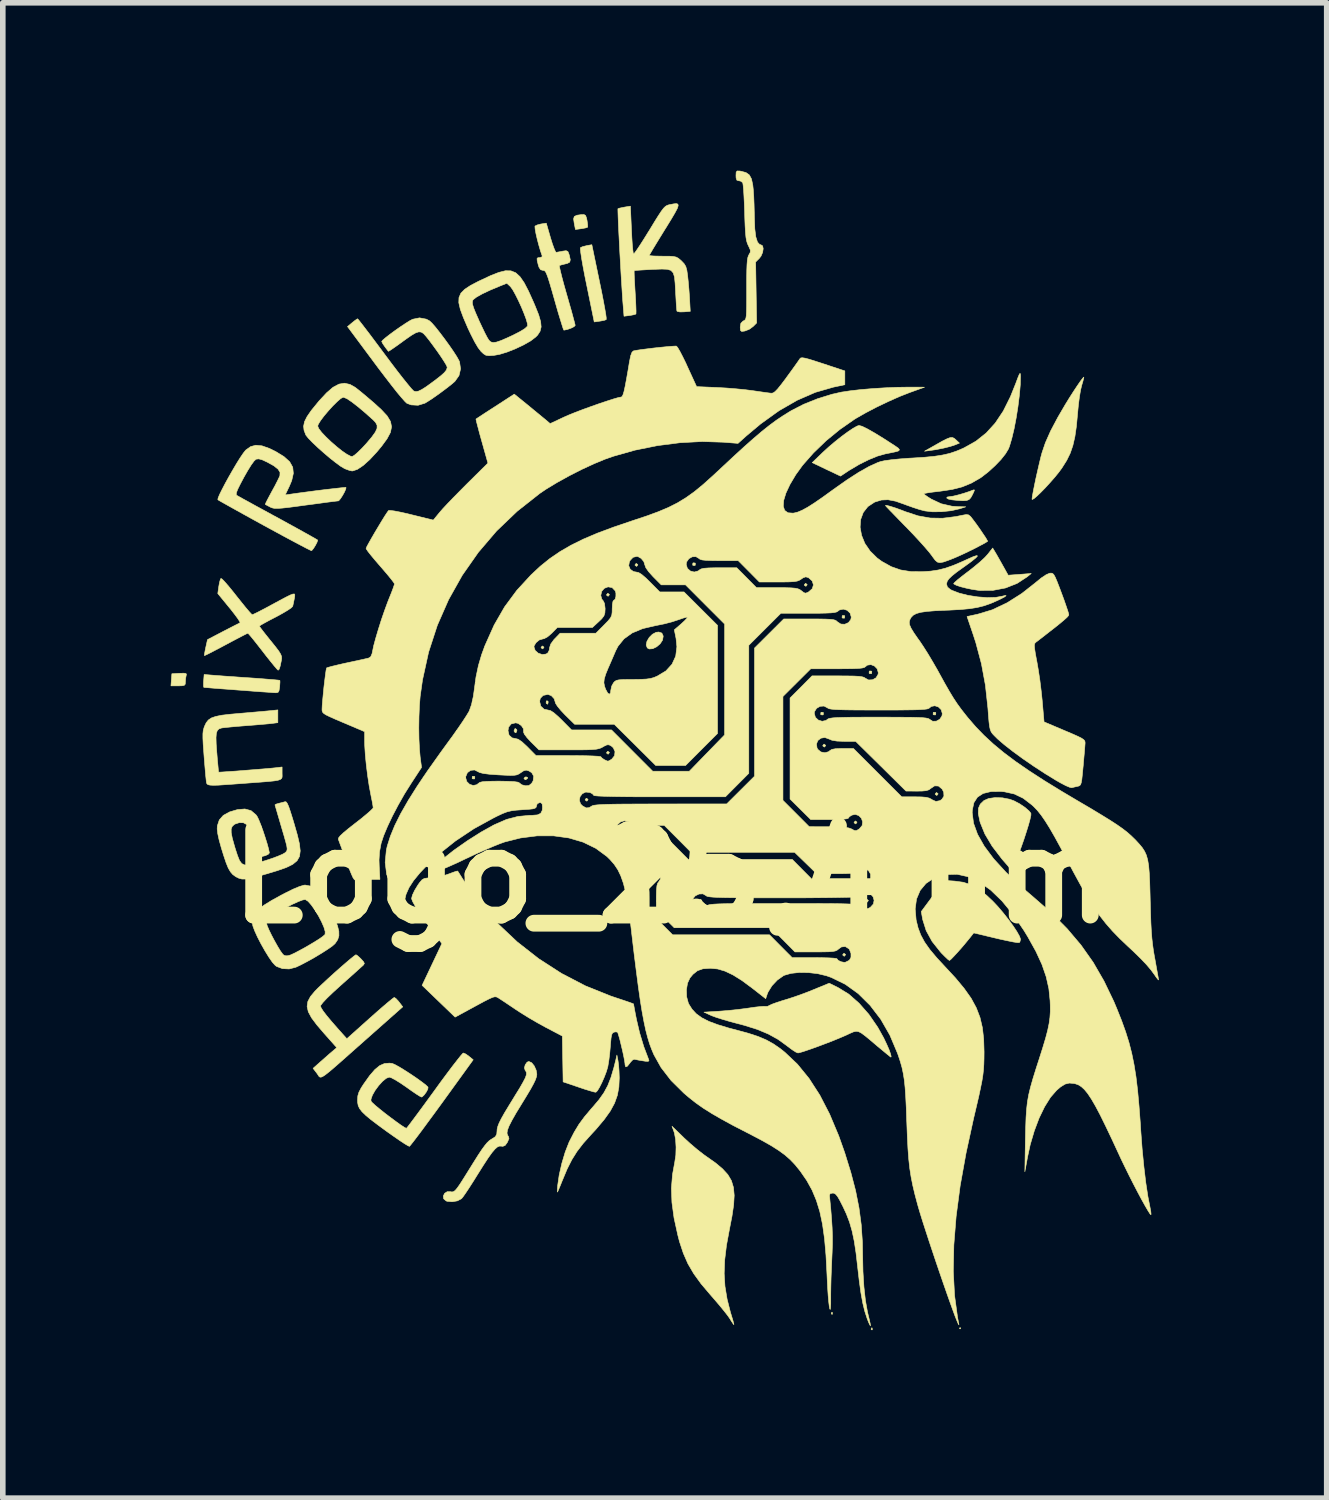
<source format=kicad_pcb>
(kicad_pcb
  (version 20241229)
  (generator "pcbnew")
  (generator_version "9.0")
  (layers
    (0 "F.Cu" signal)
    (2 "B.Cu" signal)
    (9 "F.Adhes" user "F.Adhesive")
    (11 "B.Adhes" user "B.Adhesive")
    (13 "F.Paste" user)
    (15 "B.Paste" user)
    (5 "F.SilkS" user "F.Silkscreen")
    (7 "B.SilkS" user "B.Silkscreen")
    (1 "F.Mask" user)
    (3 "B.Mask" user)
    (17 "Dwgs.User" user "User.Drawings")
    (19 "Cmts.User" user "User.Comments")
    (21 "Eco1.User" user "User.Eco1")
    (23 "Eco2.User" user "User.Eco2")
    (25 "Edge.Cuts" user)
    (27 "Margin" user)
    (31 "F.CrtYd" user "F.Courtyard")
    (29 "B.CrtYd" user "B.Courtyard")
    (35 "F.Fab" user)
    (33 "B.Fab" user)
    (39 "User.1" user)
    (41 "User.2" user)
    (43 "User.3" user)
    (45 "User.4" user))
  (footprint "Logo_25,4mm"
    (layer "F.Cu")
    (at 8.958 12.613)
    (property "Reference" "Logo_25,4mm" (at 0 0 0) (layer "F.SilkS") (effects (font (size 1.524 1.524) (thickness 0.3))))
    (attr through_hole)
    (fp_poly (pts (xy 5.161 8.073) (xy 5.149 8.085) (xy 5.136 8.073) (xy 5.149 8.06) (xy 5.161 8.073)) (stroke (width 0.01) (type solid)) (fill yes) (layer "F.SilkS"))
    (fp_poly (pts (xy 2.865 7.789) (xy 2.868 7.819) (xy 2.865 7.823) (xy 2.849 7.819) (xy 2.848 7.806) (xy 2.857 7.785) (xy 2.865 7.789)) (stroke (width 0.01) (type solid)) (fill yes) (layer "F.SilkS"))
    (fp_poly (pts (xy 3.577 8.068) (xy 3.58 8.099) (xy 3.577 8.102) (xy 3.561 8.099) (xy 3.56 8.085) (xy 3.569 8.064) (xy 3.577 8.068)) (stroke (width 0.01) (type solid)) (fill yes) (layer "F.SilkS"))
    (fp_poly (pts (xy -2.216 -3.134) (xy -2.212 -3.116) (xy -2.22 -3.079) (xy -2.242 -3.09) (xy -2.249 -3.1) (xy -2.246 -3.133) (xy -2.238 -3.14) (xy -2.216 -3.134)) (stroke (width 0.01) (type solid)) (fill yes) (layer "F.SilkS"))
    (fp_poly (pts (xy -3.528 -1.789) (xy -3.523 -1.782) (xy -3.525 -1.749) (xy -3.532 -1.743) (xy -3.565 -1.746) (xy -3.571 -1.752) (xy -3.568 -1.785) (xy -3.562 -1.791) (xy -3.528 -1.789)) (stroke (width 0.01) (type solid)) (fill yes) (layer "F.SilkS"))
    (fp_poly (pts (xy -2.774 -2.624) (xy -2.771 -2.606) (xy -2.785 -2.572) (xy -2.797 -2.568) (xy -2.819 -2.589) (xy -2.822 -2.606) (xy -2.808 -2.64) (xy -2.797 -2.644) (xy -2.774 -2.624)) (stroke (width 0.01) (type solid)) (fill yes) (layer "F.SilkS"))
    (fp_poly (pts (xy -2.578 -1.767) (xy -2.581 -1.754) (xy -2.613 -1.73) (xy -2.62 -1.729) (xy -2.644 -1.748) (xy -2.644 -1.754) (xy -2.624 -1.777) (xy -2.605 -1.78) (xy -2.578 -1.767)) (stroke (width 0.01) (type solid)) (fill yes) (layer "F.SilkS"))
    (fp_poly (pts (xy -2.289 -4.1) (xy -2.288 -4.093) (xy -2.308 -4.069) (xy -2.314 -4.068) (xy -2.338 -4.087) (xy -2.339 -4.093) (xy -2.32 -4.118) (xy -2.314 -4.119) (xy -2.289 -4.1)) (stroke (width 0.01) (type solid)) (fill yes) (layer "F.SilkS"))
    (fp_poly (pts (xy -1.501 -1.379) (xy -1.5 -1.373) (xy -1.519 -1.348) (xy -1.526 -1.348) (xy -1.55 -1.367) (xy -1.551 -1.373) (xy -1.532 -1.398) (xy -1.526 -1.398) (xy -1.501 -1.379)) (stroke (width 0.01) (type solid)) (fill yes) (layer "F.SilkS"))
    (fp_poly (pts (xy -1.119 -5.04) (xy -1.119 -5.034) (xy -1.138 -5.01) (xy -1.144 -5.009) (xy -1.169 -5.028) (xy -1.17 -5.034) (xy -1.15 -5.059) (xy -1.144 -5.06) (xy -1.119 -5.04)) (stroke (width 0.01) (type solid)) (fill yes) (layer "F.SilkS"))
    (fp_poly (pts (xy -1.119 -2.218) (xy -1.119 -2.212) (xy -1.138 -2.187) (xy -1.144 -2.187) (xy -1.169 -2.206) (xy -1.17 -2.212) (xy -1.15 -2.237) (xy -1.144 -2.237) (xy -1.119 -2.218)) (stroke (width 0.01) (type solid)) (fill yes) (layer "F.SilkS"))
    (fp_poly (pts (xy -0.814 -0.871) (xy -0.814 -0.864) (xy -0.833 -0.84) (xy -0.839 -0.839) (xy -0.864 -0.858) (xy -0.864 -0.864) (xy -0.845 -0.889) (xy -0.839 -0.89) (xy -0.814 -0.871)) (stroke (width 0.01) (type solid)) (fill yes) (layer "F.SilkS"))
    (fp_poly (pts (xy -0.611 -5.574) (xy -0.61 -5.568) (xy -0.63 -5.543) (xy -0.636 -5.543) (xy -0.66 -5.562) (xy -0.661 -5.568) (xy -0.642 -5.593) (xy -0.636 -5.594) (xy -0.611 -5.574)) (stroke (width 0.01) (type solid)) (fill yes) (layer "F.SilkS"))
    (fp_poly (pts (xy -0.325 -0.009) (xy -0.319 -0.002) (xy -0.322 0.031) (xy -0.328 0.037) (xy -0.362 0.034) (xy -0.367 0.028) (xy -0.365 -0.006) (xy -0.358 -0.011) (xy -0.325 -0.009)) (stroke (width 0.01) (type solid)) (fill yes) (layer "F.SilkS"))
    (fp_poly (pts (xy 0.412 -5.602) (xy 0.418 -5.596) (xy 0.416 -5.563) (xy 0.409 -5.557) (xy 0.376 -5.559) (xy 0.37 -5.566) (xy 0.373 -5.599) (xy 0.379 -5.605) (xy 0.412 -5.602)) (stroke (width 0.01) (type solid)) (fill yes) (layer "F.SilkS"))
    (fp_poly (pts (xy 0.533 0.425) (xy 0.534 0.431) (xy 0.515 0.465) (xy 0.509 0.47) (xy 0.487 0.465) (xy 0.483 0.446) (xy 0.496 0.412) (xy 0.509 0.407) (xy 0.533 0.425)) (stroke (width 0.01) (type solid)) (fill yes) (layer "F.SilkS"))
    (fp_poly (pts (xy 2.415 -5.218) (xy 2.415 -5.212) (xy 2.396 -5.188) (xy 2.39 -5.187) (xy 2.365 -5.206) (xy 2.365 -5.212) (xy 2.384 -5.237) (xy 2.39 -5.238) (xy 2.415 -5.218)) (stroke (width 0.01) (type solid)) (fill yes) (layer "F.SilkS"))
    (fp_poly (pts (xy 2.701 -2.933) (xy 2.706 -2.926) (xy 2.704 -2.893) (xy 2.697 -2.887) (xy 2.664 -2.89) (xy 2.658 -2.896) (xy 2.661 -2.93) (xy 2.667 -2.935) (xy 2.701 -2.933)) (stroke (width 0.01) (type solid)) (fill yes) (layer "F.SilkS"))
    (fp_poly (pts (xy 2.745 -2.345) (xy 2.746 -2.339) (xy 2.727 -2.314) (xy 2.721 -2.314) (xy 2.696 -2.333) (xy 2.695 -2.339) (xy 2.714 -2.364) (xy 2.721 -2.365) (xy 2.745 -2.345)) (stroke (width 0.01) (type solid)) (fill yes) (layer "F.SilkS"))
    (fp_poly (pts (xy 3.082 -4.662) (xy 3.088 -4.655) (xy 3.085 -4.622) (xy 3.079 -4.616) (xy 3.045 -4.619) (xy 3.04 -4.625) (xy 3.042 -4.658) (xy 3.049 -4.664) (xy 3.082 -4.662)) (stroke (width 0.01) (type solid)) (fill yes) (layer "F.SilkS"))
    (fp_poly (pts (xy 3.101 1.392) (xy 3.102 1.398) (xy 3.083 1.423) (xy 3.076 1.424) (xy 3.052 1.404) (xy 3.051 1.398) (xy 3.07 1.374) (xy 3.076 1.373) (xy 3.101 1.392)) (stroke (width 0.01) (type solid)) (fill yes) (layer "F.SilkS"))
    (fp_poly (pts (xy 3.305 -0.972) (xy 3.305 -0.966) (xy 3.286 -0.941) (xy 3.28 -0.941) (xy 3.255 -0.96) (xy 3.254 -0.966) (xy 3.274 -0.991) (xy 3.28 -0.992) (xy 3.305 -0.972)) (stroke (width 0.01) (type solid)) (fill yes) (layer "F.SilkS"))
    (fp_poly (pts (xy 3.432 -0.006) (xy 3.432 0) (xy 3.413 0.025) (xy 3.407 0.025) (xy 3.382 0.006) (xy 3.382 0) (xy 3.401 -0.025) (xy 3.407 -0.025) (xy 3.432 -0.006)) (stroke (width 0.01) (type solid)) (fill yes) (layer "F.SilkS"))
    (fp_poly (pts (xy 3.508 0.426) (xy 3.509 0.432) (xy 3.489 0.457) (xy 3.483 0.458) (xy 3.459 0.438) (xy 3.458 0.432) (xy 3.477 0.408) (xy 3.483 0.407) (xy 3.508 0.426)) (stroke (width 0.01) (type solid)) (fill yes) (layer "F.SilkS"))
    (fp_poly (pts (xy 3.565 -3.67) (xy 3.571 -3.663) (xy 3.568 -3.63) (xy 3.562 -3.624) (xy 3.528 -3.627) (xy 3.523 -3.634) (xy 3.525 -3.667) (xy 3.532 -3.673) (xy 3.565 -3.67)) (stroke (width 0.01) (type solid)) (fill yes) (layer "F.SilkS"))
    (fp_poly (pts (xy 4.709 -2.933) (xy 4.715 -2.926) (xy 4.713 -2.893) (xy 4.706 -2.887) (xy 4.673 -2.89) (xy 4.667 -2.896) (xy 4.669 -2.93) (xy 4.676 -2.935) (xy 4.709 -2.933)) (stroke (width 0.01) (type solid)) (fill yes) (layer "F.SilkS"))
    (fp_poly (pts (xy 4.754 -1.481) (xy 4.755 -1.475) (xy 4.735 -1.45) (xy 4.729 -1.449) (xy 4.704 -1.469) (xy 4.704 -1.475) (xy 4.723 -1.499) (xy 4.729 -1.5) (xy 4.754 -1.481)) (stroke (width 0.01) (type solid)) (fill yes) (layer "F.SilkS"))
    (fp_poly (pts (xy -8.684 -3.627) (xy -8.676 -3.61) (xy -8.68 -3.597) (xy -8.691 -3.541) (xy -8.695 -3.481) (xy -8.698 -3.437) (xy -8.716 -3.416) (xy -8.761 -3.408) (xy -8.824 -3.407) (xy -8.953 -3.407) (xy -8.937 -3.623) (xy -8.8 -3.631) (xy -8.722 -3.633) (xy -8.684 -3.627)) (stroke (width 0.01) (type solid)) (fill yes) (layer "F.SilkS"))
    (fp_poly (pts (xy 5.044 -7.83) (xy 5.075 -7.803) (xy 5.137 -7.745) (xy 5.066 -7.716) (xy 4.976 -7.686) (xy 4.853 -7.655) (xy 4.716 -7.628) (xy 4.627 -7.615) (xy 4.513 -7.6) (xy 4.716 -7.715) (xy 4.833 -7.781) (xy 4.915 -7.822) (xy 4.971 -7.843) (xy 5.011 -7.845) (xy 5.044 -7.83)) (stroke (width 0.01) (type solid)) (fill yes) (layer "F.SilkS"))
    (fp_poly (pts (xy -0.181 -4.35) (xy -0.159 -4.303) (xy -0.157 -4.29) (xy -0.169 -4.223) (xy -0.212 -4.158) (xy -0.274 -4.105) (xy -0.343 -4.071) (xy -0.406 -4.066) (xy -0.441 -4.085) (xy -0.461 -4.137) (xy -0.447 -4.203) (xy -0.407 -4.271) (xy -0.349 -4.329) (xy -0.283 -4.364) (xy -0.235 -4.369) (xy -0.181 -4.35)) (stroke (width 0.01) (type solid)) (fill yes) (layer "F.SilkS"))
    (fp_poly (pts (xy -1.544 -11.813) (xy -1.527 -11.767) (xy -1.518 -11.725) (xy -1.508 -11.656) (xy -1.506 -11.61) (xy -1.509 -11.602) (xy -1.54 -11.591) (xy -1.602 -11.579) (xy -1.623 -11.576) (xy -1.725 -11.562) (xy -1.747 -11.674) (xy -1.758 -11.752) (xy -1.745 -11.795) (xy -1.697 -11.817) (xy -1.628 -11.827) (xy -1.573 -11.829) (xy -1.544 -11.813)) (stroke (width 0.01) (type solid)) (fill yes) (layer "F.SilkS"))
    (fp_poly (pts (xy 5.404 -6.898) (xy 5.385 -6.855) (xy 5.367 -6.818) (xy 5.339 -6.768) (xy 5.308 -6.736) (xy 5.265 -6.719) (xy 5.2 -6.715) (xy 5.102 -6.721) (xy 5.002 -6.731) (xy 4.939 -6.745) (xy 4.909 -6.764) (xy 4.918 -6.781) (xy 4.968 -6.789) (xy 5.025 -6.797) (xy 5.112 -6.818) (xy 5.214 -6.847) (xy 5.314 -6.88) (xy 5.373 -6.903) (xy 5.4 -6.911) (xy 5.404 -6.898)) (stroke (width 0.01) (type solid)) (fill yes) (layer "F.SilkS"))
    (fp_poly (pts (xy -1.354 -10.914) (xy -1.3 -10.654) (xy -1.256 -10.441) (xy -1.223 -10.271) (xy -1.199 -10.14) (xy -1.183 -10.046) (xy -1.175 -9.986) (xy -1.175 -9.956) (xy -1.177 -9.951) (xy -1.209 -9.939) (xy -1.271 -9.927) (xy -1.29 -9.924) (xy -1.389 -9.91) (xy -1.523 -10.564) (xy -1.559 -10.74) (xy -1.589 -10.899) (xy -1.613 -11.035) (xy -1.629 -11.142) (xy -1.637 -11.211) (xy -1.636 -11.237) (xy -1.598 -11.255) (xy -1.534 -11.271) (xy -1.523 -11.274) (xy -1.432 -11.29) (xy -1.354 -10.914)) (stroke (width 0.01) (type solid)) (fill yes) (layer "F.SilkS"))
    (fp_poly (pts (xy 3.398 -8.045) (xy 3.49 -8) (xy 3.617 -7.928) (xy 3.777 -7.83) (xy 3.89 -7.757) (xy 3.986 -7.695) (xy 4.046 -7.653) (xy 4.066 -7.624) (xy 4.045 -7.604) (xy 3.979 -7.586) (xy 3.868 -7.563) (xy 3.811 -7.552) (xy 3.673 -7.513) (xy 3.512 -7.447) (xy 3.342 -7.362) (xy 3.177 -7.264) (xy 3.159 -7.253) (xy 3.012 -7.155) (xy 2.759 -7.275) (xy 2.506 -7.396) (xy 2.699 -7.582) (xy 2.804 -7.678) (xy 2.919 -7.775) (xy 3.035 -7.867) (xy 3.144 -7.947) (xy 3.238 -8.01) (xy 3.308 -8.049) (xy 3.343 -8.06) (xy 3.398 -8.045)) (stroke (width 0.01) (type solid)) (fill yes) (layer "F.SilkS"))
    (fp_poly (pts (xy 5.772 -5.802) (xy 5.805 -5.746) (xy 5.852 -5.663) (xy 5.905 -5.569) (xy 5.911 -5.558) (xy 6.008 -5.384) (xy 6.214 -5.399) (xy 6.42 -5.415) (xy 6.348 -5.356) (xy 6.168 -5.238) (xy 5.96 -5.156) (xy 5.734 -5.113) (xy 5.501 -5.112) (xy 5.471 -5.115) (xy 5.363 -5.131) (xy 5.254 -5.154) (xy 5.156 -5.179) (xy 5.08 -5.205) (xy 5.039 -5.227) (xy 5.034 -5.235) (xy 5.054 -5.258) (xy 5.106 -5.304) (xy 5.185 -5.367) (xy 5.281 -5.441) (xy 5.295 -5.451) (xy 5.404 -5.537) (xy 5.507 -5.623) (xy 5.591 -5.701) (xy 5.643 -5.758) (xy 5.731 -5.87) (xy 5.772 -5.802)) (stroke (width 0.01) (type solid)) (fill yes) (layer "F.SilkS"))
    (fp_poly (pts (xy 5.904 -1.406) (xy 6.033 -1.381) (xy 6.111 -1.353) (xy 6.213 -1.299) (xy 6.309 -1.234) (xy 6.383 -1.169) (xy 6.414 -1.13) (xy 6.414 -1.093) (xy 6.398 -1.02) (xy 6.37 -0.918) (xy 6.332 -0.796) (xy 6.289 -0.663) (xy 6.242 -0.529) (xy 6.194 -0.4) (xy 6.15 -0.287) (xy 6.111 -0.198) (xy 6.081 -0.142) (xy 6.066 -0.127) (xy 6.045 -0.145) (xy 6 -0.194) (xy 5.938 -0.265) (xy 5.898 -0.311) (xy 5.722 -0.541) (xy 5.592 -0.759) (xy 5.509 -0.963) (xy 5.5 -0.996) (xy 5.474 -1.125) (xy 5.477 -1.221) (xy 5.51 -1.294) (xy 5.575 -1.357) (xy 5.659 -1.394) (xy 5.774 -1.41) (xy 5.904 -1.406)) (stroke (width 0.01) (type solid)) (fill yes) (layer "F.SilkS"))
    (fp_poly (pts (xy -8.191 -3.596) (xy -8.111 -3.59) (xy -7.993 -3.581) (xy -7.846 -3.571) (xy -7.683 -3.559) (xy -7.517 -3.548) (xy -7.363 -3.537) (xy -7.227 -3.526) (xy -7.118 -3.517) (xy -7.042 -3.51) (xy -7.008 -3.505) (xy -7.007 -3.504) (xy -7.005 -3.476) (xy -7.009 -3.416) (xy -7.011 -3.388) (xy -7.022 -3.32) (xy -7.04 -3.29) (xy -7.077 -3.283) (xy -7.09 -3.284) (xy -7.134 -3.286) (xy -7.22 -3.293) (xy -7.342 -3.301) (xy -7.489 -3.312) (xy -7.655 -3.325) (xy -7.755 -3.332) (xy -7.924 -3.345) (xy -8.075 -3.356) (xy -8.202 -3.366) (xy -8.297 -3.374) (xy -8.353 -3.378) (xy -8.365 -3.379) (xy -8.371 -3.403) (xy -8.371 -3.462) (xy -8.369 -3.496) (xy -8.36 -3.61) (xy -8.191 -3.596)) (stroke (width 0.01) (type solid)) (fill yes) (layer "F.SilkS"))
    (fp_poly (pts (xy 5.051 0.082) (xy 5.206 0.103) (xy 5.347 0.149) (xy 5.483 0.226) (xy 5.624 0.338) (xy 5.735 0.443) (xy 5.827 0.541) (xy 5.922 0.653) (xy 6.014 0.77) (xy 6.097 0.884) (xy 6.164 0.985) (xy 6.21 1.067) (xy 6.229 1.12) (xy 6.229 1.124) (xy 6.217 1.169) (xy 6.205 1.181) (xy 6.174 1.181) (xy 6.101 1.17) (xy 5.998 1.149) (xy 5.872 1.122) (xy 5.787 1.102) (xy 5.392 1.008) (xy 5.334 1.082) (xy 5.263 1.169) (xy 5.186 1.261) (xy 5.109 1.348) (xy 5.041 1.422) (xy 4.989 1.476) (xy 4.96 1.5) (xy 4.958 1.5) (xy 4.933 1.483) (xy 4.883 1.436) (xy 4.817 1.37) (xy 4.795 1.345) (xy 4.649 1.161) (xy 4.543 0.968) (xy 4.482 0.775) (xy 4.479 0.763) (xy 4.455 0.626) (xy 4.867 0.07) (xy 5.051 0.082)) (stroke (width 0.01) (type solid)) (fill yes) (layer "F.SilkS"))
    (fp_poly (pts (xy -0.964 3.293) (xy -0.954 3.368) (xy -0.946 3.473) (xy -0.942 3.587) (xy -0.942 3.605) (xy -0.949 3.764) (xy -0.976 3.91) (xy -1.026 4.05) (xy -1.103 4.192) (xy -1.212 4.344) (xy -1.355 4.514) (xy -1.451 4.618) (xy -1.587 4.77) (xy -1.697 4.913) (xy -1.789 5.06) (xy -1.873 5.226) (xy -1.957 5.427) (xy -1.958 5.428) (xy -1.995 5.521) (xy -2.025 5.593) (xy -2.043 5.634) (xy -2.046 5.639) (xy -2.048 5.621) (xy -2.046 5.567) (xy -2.043 5.525) (xy -2.015 5.333) (xy -1.968 5.126) (xy -1.908 4.925) (xy -1.84 4.751) (xy -1.83 4.73) (xy -1.746 4.567) (xy -1.662 4.428) (xy -1.565 4.296) (xy -1.444 4.152) (xy -1.411 4.115) (xy -1.302 3.986) (xy -1.216 3.864) (xy -1.147 3.736) (xy -1.09 3.59) (xy -1.038 3.415) (xy -1.001 3.267) (xy -0.984 3.191) (xy -0.964 3.293)) (stroke (width 0.01) (type solid)) (fill yes) (layer "F.SilkS"))
    (fp_poly (pts (xy 7.357 -8.902) (xy 7.342 -8.845) (xy 7.321 -8.774) (xy 7.301 -8.689) (xy 7.281 -8.569) (xy 7.263 -8.429) (xy 7.249 -8.283) (xy 7.248 -8.271) (xy 7.227 -8.045) (xy 7.2 -7.859) (xy 7.164 -7.702) (xy 7.117 -7.565) (xy 7.054 -7.436) (xy 6.972 -7.306) (xy 6.968 -7.299) (xy 6.91 -7.221) (xy 6.838 -7.132) (xy 6.756 -7.039) (xy 6.672 -6.947) (xy 6.592 -6.865) (xy 6.522 -6.798) (xy 6.469 -6.753) (xy 6.438 -6.737) (xy 6.434 -6.742) (xy 6.439 -6.787) (xy 6.454 -6.871) (xy 6.476 -6.983) (xy 6.503 -7.113) (xy 6.534 -7.25) (xy 6.565 -7.384) (xy 6.594 -7.505) (xy 6.612 -7.571) (xy 6.673 -7.751) (xy 6.766 -7.961) (xy 6.894 -8.203) (xy 7.024 -8.426) (xy 7.097 -8.545) (xy 7.171 -8.661) (xy 7.239 -8.764) (xy 7.297 -8.848) (xy 7.339 -8.904) (xy 7.36 -8.924) (xy 7.36 -8.924) (xy 7.357 -8.902)) (stroke (width 0.01) (type solid)) (fill yes) (layer "F.SilkS"))
    (fp_poly (pts (xy 3.898 -6.616) (xy 3.993 -6.586) (xy 4.113 -6.542) (xy 4.172 -6.519) (xy 4.397 -6.445) (xy 4.614 -6.406) (xy 4.834 -6.402) (xy 5.073 -6.432) (xy 5.185 -6.455) (xy 5.257 -6.468) (xy 5.3 -6.462) (xy 5.335 -6.434) (xy 5.343 -6.424) (xy 5.385 -6.37) (xy 5.44 -6.296) (xy 5.499 -6.213) (xy 5.555 -6.13) (xy 5.603 -6.059) (xy 5.633 -6.008) (xy 5.641 -5.99) (xy 5.595 -5.961) (xy 5.515 -5.918) (xy 5.414 -5.865) (xy 5.302 -5.81) (xy 5.193 -5.758) (xy 5.098 -5.715) (xy 5.06 -5.699) (xy 4.935 -5.649) (xy 4.847 -5.619) (xy 4.786 -5.609) (xy 4.742 -5.619) (xy 4.704 -5.652) (xy 4.662 -5.708) (xy 4.64 -5.739) (xy 4.59 -5.803) (xy 4.511 -5.895) (xy 4.412 -6.005) (xy 4.299 -6.126) (xy 4.181 -6.249) (xy 4.176 -6.253) (xy 4.067 -6.365) (xy 3.971 -6.464) (xy 3.893 -6.544) (xy 3.839 -6.601) (xy 3.815 -6.628) (xy 3.814 -6.629) (xy 3.836 -6.632) (xy 3.898 -6.616)) (stroke (width 0.01) (type solid)) (fill yes) (layer "F.SilkS"))
    (fp_poly (pts (xy 0.017 4.479) (xy 0.064 4.524) (xy 0.132 4.59) (xy 0.213 4.669) (xy 0.323 4.77) (xy 0.444 4.873) (xy 0.56 4.964) (xy 0.62 5.007) (xy 0.779 5.119) (xy 0.904 5.224) (xy 0.998 5.327) (xy 1.062 5.435) (xy 1.099 5.557) (xy 1.112 5.699) (xy 1.102 5.869) (xy 1.072 6.073) (xy 1.029 6.293) (xy 0.974 6.59) (xy 0.942 6.854) (xy 0.933 7.094) (xy 0.947 7.323) (xy 0.985 7.552) (xy 1.046 7.792) (xy 1.067 7.86) (xy 1.09 7.937) (xy 1.104 7.991) (xy 1.106 8.009) (xy 1.09 7.989) (xy 1.057 7.939) (xy 1.034 7.901) (xy 0.995 7.845) (xy 0.929 7.761) (xy 0.844 7.657) (xy 0.747 7.544) (xy 0.687 7.475) (xy 0.52 7.278) (xy 0.389 7.097) (xy 0.285 6.919) (xy 0.203 6.732) (xy 0.134 6.523) (xy 0.104 6.407) (xy 0.037 6.101) (xy -0.000488 5.825) (xy -0.01 5.57) (xy 0.01 5.324) (xy 0.05 5.104) (xy 0.069 4.979) (xy 0.073 4.837) (xy 0.065 4.7) (xy 0.044 4.586) (xy 0.037 4.564) (xy 0.015 4.502) (xy 0.002 4.466) (xy 0.000383 4.462) (xy 0.017 4.479)) (stroke (width 0.01) (type solid)) (fill yes) (layer "F.SilkS"))
    (fp_poly (pts (xy 2.97 1.986) (xy 3.159 2.102) (xy 3.343 2.264) (xy 3.518 2.463) (xy 3.677 2.694) (xy 3.784 2.886) (xy 3.837 2.998) (xy 3.88 3.096) (xy 3.907 3.173) (xy 3.917 3.218) (xy 3.912 3.228) (xy 3.89 3.212) (xy 3.837 3.169) (xy 3.761 3.106) (xy 3.669 3.03) (xy 3.661 3.023) (xy 3.54 2.92) (xy 3.451 2.847) (xy 3.385 2.798) (xy 3.334 2.772) (xy 3.289 2.766) (xy 3.241 2.777) (xy 3.183 2.802) (xy 3.111 2.836) (xy 3.011 2.879) (xy 2.89 2.929) (xy 2.756 2.981) (xy 2.621 3.032) (xy 2.494 3.078) (xy 2.383 3.116) (xy 2.3 3.142) (xy 2.253 3.153) (xy 2.251 3.153) (xy 2.214 3.138) (xy 2.15 3.097) (xy 2.073 3.04) (xy 2.053 3.024) (xy 1.895 2.91) (xy 1.723 2.815) (xy 1.527 2.733) (xy 1.295 2.66) (xy 1.185 2.631) (xy 1.045 2.594) (xy 0.911 2.555) (xy 0.796 2.519) (xy 0.714 2.489) (xy 0.702 2.484) (xy 0.572 2.424) (xy 0.848 2.407) (xy 0.999 2.395) (xy 1.166 2.378) (xy 1.322 2.358) (xy 1.378 2.35) (xy 1.488 2.334) (xy 1.581 2.324) (xy 1.645 2.32) (xy 1.664 2.322) (xy 1.71 2.32) (xy 1.745 2.302) (xy 1.79 2.281) (xy 1.87 2.252) (xy 1.971 2.219) (xy 2.022 2.204) (xy 2.145 2.165) (xy 2.293 2.114) (xy 2.444 2.057) (xy 2.53 2.022) (xy 2.81 1.907) (xy 2.97 1.986)) (stroke (width 0.01) (type solid)) (fill yes) (layer "F.SilkS"))
    (fp_poly (pts (xy -2.17 -11.412) (xy -2.137 -11.306) (xy -2.106 -11.221) (xy -2.082 -11.167) (xy -2.07 -11.153) (xy -2.031 -11.16) (xy -1.966 -11.172) (xy -1.953 -11.175) (xy -1.892 -11.183) (xy -1.86 -11.169) (xy -1.841 -11.122) (xy -1.833 -11.097) (xy -1.817 -11.021) (xy -1.827 -10.979) (xy -1.869 -10.956) (xy -1.914 -10.945) (xy -1.975 -10.93) (xy -2.011 -10.918) (xy -2.012 -10.918) (xy -2.01 -10.892) (xy -1.995 -10.824) (xy -1.97 -10.722) (xy -1.936 -10.594) (xy -1.894 -10.445) (xy -1.879 -10.393) (xy -1.835 -10.238) (xy -1.795 -10.099) (xy -1.764 -9.983) (xy -1.741 -9.898) (xy -1.73 -9.852) (xy -1.73 -9.847) (xy -1.751 -9.825) (xy -1.803 -9.799) (xy -1.867 -9.776) (xy -1.925 -9.764) (xy -1.932 -9.764) (xy -1.943 -9.787) (xy -1.964 -9.852) (xy -1.995 -9.952) (xy -2.034 -10.08) (xy -2.077 -10.23) (xy -2.096 -10.297) (xy -2.146 -10.473) (xy -2.185 -10.605) (xy -2.215 -10.7) (xy -2.239 -10.764) (xy -2.258 -10.804) (xy -2.276 -10.824) (xy -2.295 -10.831) (xy -2.304 -10.831) (xy -2.347 -10.843) (xy -2.376 -10.887) (xy -2.389 -10.927) (xy -2.408 -11.003) (xy -2.411 -11.043) (xy -2.395 -11.058) (xy -2.362 -11.06) (xy -2.323 -11.072) (xy -2.32 -11.092) (xy -2.35 -11.18) (xy -2.38 -11.283) (xy -2.408 -11.39) (xy -2.431 -11.49) (xy -2.445 -11.569) (xy -2.449 -11.616) (xy -2.446 -11.624) (xy -2.408 -11.643) (xy -2.343 -11.66) (xy -2.335 -11.661) (xy -2.246 -11.675) (xy -2.17 -11.412)) (stroke (width 0.01) (type solid)) (fill yes) (layer "F.SilkS"))
    (fp_poly (pts (xy -5.619 1.415) (xy -5.573 1.457) (xy -5.555 1.475) (xy -5.51 1.525) (xy -5.497 1.554) (xy -5.513 1.581) (xy -5.531 1.598) (xy -5.566 1.629) (xy -5.631 1.688) (xy -5.72 1.768) (xy -5.826 1.862) (xy -5.93 1.955) (xy -6.063 2.076) (xy -6.167 2.176) (xy -6.239 2.253) (xy -6.276 2.302) (xy -6.28 2.315) (xy -6.269 2.348) (xy -6.234 2.403) (xy -6.173 2.483) (xy -6.083 2.591) (xy -5.961 2.73) (xy -5.895 2.804) (xy -5.81 2.899) (xy -5.398 2.53) (xy -5.276 2.422) (xy -5.166 2.326) (xy -5.074 2.248) (xy -5.006 2.192) (xy -4.968 2.164) (xy -4.962 2.161) (xy -4.933 2.18) (xy -4.89 2.226) (xy -4.875 2.245) (xy -4.811 2.329) (xy -5.484 2.925) (xy -5.678 3.097) (xy -5.838 3.239) (xy -5.966 3.352) (xy -6.067 3.44) (xy -6.144 3.504) (xy -6.202 3.549) (xy -6.243 3.575) (xy -6.272 3.586) (xy -6.292 3.584) (xy -6.308 3.572) (xy -6.321 3.552) (xy -6.337 3.528) (xy -6.343 3.519) (xy -6.413 3.428) (xy -6.277 3.307) (xy -6.195 3.235) (xy -6.118 3.167) (xy -6.065 3.122) (xy -5.99 3.058) (xy -6.214 2.806) (xy -6.346 2.652) (xy -6.441 2.525) (xy -6.499 2.417) (xy -6.52 2.322) (xy -6.507 2.234) (xy -6.46 2.145) (xy -6.38 2.049) (xy -6.325 1.993) (xy -6.238 1.911) (xy -6.138 1.818) (xy -6.032 1.722) (xy -5.926 1.628) (xy -5.828 1.543) (xy -5.744 1.472) (xy -5.682 1.422) (xy -5.649 1.399) (xy -5.647 1.398) (xy -5.619 1.415)) (stroke (width 0.01) (type solid)) (fill yes) (layer "F.SilkS"))
    (fp_poly (pts (xy 1.212 -12.607) (xy 1.238 -12.602) (xy 1.323 -12.579) (xy 1.383 -12.536) (xy 1.421 -12.465) (xy 1.444 -12.357) (xy 1.453 -12.274) (xy 1.461 -12.158) (xy 1.467 -12.012) (xy 1.471 -11.86) (xy 1.473 -11.765) (xy 1.48 -11.574) (xy 1.498 -11.431) (xy 1.528 -11.337) (xy 1.568 -11.293) (xy 1.588 -11.289) (xy 1.62 -11.269) (xy 1.63 -11.219) (xy 1.62 -11.153) (xy 1.591 -11.086) (xy 1.561 -11.047) (xy 1.495 -10.981) (xy 1.504 -10.437) (xy 1.513 -9.892) (xy 1.449 -9.828) (xy 1.38 -9.778) (xy 1.303 -9.748) (xy 1.247 -9.74) (xy 1.225 -9.757) (xy 1.22 -9.81) (xy 1.22 -9.818) (xy 1.231 -9.886) (xy 1.268 -9.924) (xy 1.278 -9.929) (xy 1.296 -9.938) (xy 1.311 -9.953) (xy 1.321 -9.978) (xy 1.328 -10.021) (xy 1.332 -10.089) (xy 1.334 -10.188) (xy 1.335 -10.325) (xy 1.335 -10.502) (xy 1.335 -10.689) (xy 1.337 -10.831) (xy 1.341 -10.936) (xy 1.347 -11.011) (xy 1.356 -11.063) (xy 1.368 -11.097) (xy 1.376 -11.112) (xy 1.399 -11.154) (xy 1.401 -11.193) (xy 1.378 -11.247) (xy 1.365 -11.273) (xy 1.347 -11.314) (xy 1.333 -11.361) (xy 1.322 -11.423) (xy 1.314 -11.508) (xy 1.307 -11.624) (xy 1.301 -11.778) (xy 1.299 -11.871) (xy 1.293 -12.026) (xy 1.286 -12.165) (xy 1.279 -12.28) (xy 1.271 -12.36) (xy 1.264 -12.4) (xy 1.263 -12.401) (xy 1.223 -12.428) (xy 1.193 -12.433) (xy 1.16 -12.443) (xy 1.146 -12.482) (xy 1.144 -12.525) (xy 1.147 -12.585) (xy 1.164 -12.608) (xy 1.212 -12.607)) (stroke (width 0.01) (type solid)) (fill yes) (layer "F.SilkS"))
    (fp_poly (pts (xy -5.753 -8.793) (xy -5.661 -8.741) (xy -5.611 -8.702) (xy -5.533 -8.639) (xy -5.438 -8.559) (xy -5.336 -8.472) (xy -5.334 -8.471) (xy -5.192 -8.341) (xy -5.09 -8.231) (xy -5.03 -8.132) (xy -5.011 -8.036) (xy -5.031 -7.936) (xy -5.091 -7.823) (xy -5.189 -7.689) (xy -5.272 -7.589) (xy -5.4 -7.451) (xy -5.518 -7.345) (xy -5.621 -7.276) (xy -5.704 -7.248) (xy -5.718 -7.247) (xy -5.767 -7.258) (xy -5.835 -7.283) (xy -5.853 -7.291) (xy -5.919 -7.33) (xy -6.008 -7.395) (xy -6.112 -7.477) (xy -6.221 -7.57) (xy -6.328 -7.665) (xy -6.422 -7.754) (xy -6.496 -7.83) (xy -6.54 -7.885) (xy -6.545 -7.895) (xy -6.575 -7.974) (xy -6.583 -8.049) (xy -6.582 -8.05) (xy -6.331 -8.05) (xy -6.312 -8.004) (xy -6.26 -7.936) (xy -6.183 -7.855) (xy -6.092 -7.768) (xy -5.993 -7.682) (xy -5.897 -7.605) (xy -5.811 -7.546) (xy -5.744 -7.511) (xy -5.714 -7.505) (xy -5.676 -7.527) (xy -5.614 -7.58) (xy -5.537 -7.656) (xy -5.461 -7.738) (xy -5.364 -7.853) (xy -5.301 -7.941) (xy -5.27 -8.009) (xy -5.27 -8.064) (xy -5.297 -8.115) (xy -5.333 -8.153) (xy -5.48 -8.285) (xy -5.612 -8.396) (xy -5.723 -8.482) (xy -5.809 -8.539) (xy -5.866 -8.563) (xy -5.877 -8.564) (xy -5.92 -8.541) (xy -5.983 -8.486) (xy -6.06 -8.41) (xy -6.14 -8.322) (xy -6.216 -8.232) (xy -6.278 -8.15) (xy -6.319 -8.084) (xy -6.331 -8.05) (xy -6.582 -8.05) (xy -6.566 -8.128) (xy -6.521 -8.218) (xy -6.446 -8.327) (xy -6.337 -8.461) (xy -6.305 -8.5) (xy -6.172 -8.643) (xy -6.056 -8.743) (xy -5.95 -8.799) (xy -5.851 -8.815) (xy -5.753 -8.793)) (stroke (width 0.01) (type solid)) (fill yes) (layer "F.SilkS"))
    (fp_poly (pts (xy -2.878 -10.823) (xy -2.793 -10.789) (xy -2.716 -10.719) (xy -2.641 -10.61) (xy -2.563 -10.46) (xy -2.475 -10.265) (xy -2.444 -10.192) (xy -2.382 -10.037) (xy -2.347 -9.916) (xy -2.338 -9.821) (xy -2.357 -9.743) (xy -2.401 -9.675) (xy -2.437 -9.639) (xy -2.526 -9.571) (xy -2.651 -9.5) (xy -2.795 -9.432) (xy -2.943 -9.373) (xy -3.079 -9.331) (xy -3.184 -9.312) (xy -3.269 -9.307) (xy -3.324 -9.314) (xy -3.368 -9.341) (xy -3.414 -9.385) (xy -3.464 -9.45) (xy -3.526 -9.555) (xy -3.595 -9.691) (xy -3.647 -9.801) (xy -3.727 -9.987) (xy -3.782 -10.135) (xy -3.809 -10.252) (xy -3.809 -10.267) (xy -3.568 -10.267) (xy -3.564 -10.225) (xy -3.545 -10.162) (xy -3.508 -10.07) (xy -3.451 -9.941) (xy -3.45 -9.937) (xy -3.394 -9.818) (xy -3.343 -9.712) (xy -3.3 -9.63) (xy -3.271 -9.583) (xy -3.268 -9.58) (xy -3.236 -9.552) (xy -3.196 -9.542) (xy -3.139 -9.549) (xy -3.059 -9.576) (xy -2.947 -9.624) (xy -2.841 -9.673) (xy -2.713 -9.739) (xy -2.626 -9.793) (xy -2.583 -9.834) (xy -2.58 -9.841) (xy -2.584 -9.885) (xy -2.607 -9.964) (xy -2.645 -10.065) (xy -2.692 -10.179) (xy -2.745 -10.294) (xy -2.798 -10.4) (xy -2.846 -10.486) (xy -2.885 -10.54) (xy -2.89 -10.545) (xy -2.951 -10.601) (xy -3.071 -10.553) (xy -3.248 -10.479) (xy -3.39 -10.412) (xy -3.492 -10.355) (xy -3.55 -10.31) (xy -3.56 -10.297) (xy -3.568 -10.267) (xy -3.809 -10.267) (xy -3.806 -10.346) (xy -3.772 -10.424) (xy -3.704 -10.493) (xy -3.601 -10.561) (xy -3.46 -10.635) (xy -3.413 -10.657) (xy -3.238 -10.739) (xy -3.095 -10.795) (xy -2.976 -10.825) (xy -2.878 -10.823)) (stroke (width 0.01) (type solid)) (fill yes) (layer "F.SilkS"))
    (fp_poly (pts (xy -7.043 -2.749) (xy -7.151 -2.735) (xy -7.216 -2.728) (xy -7.319 -2.719) (xy -7.447 -2.708) (xy -7.587 -2.697) (xy -7.628 -2.694) (xy -7.764 -2.683) (xy -7.886 -2.672) (xy -7.983 -2.662) (xy -8.043 -2.655) (xy -8.054 -2.652) (xy -8.096 -2.637) (xy -8.125 -2.608) (xy -8.142 -2.559) (xy -8.148 -2.482) (xy -8.145 -2.37) (xy -8.134 -2.215) (xy -8.133 -2.208) (xy -8.123 -2.083) (xy -8.113 -1.978) (xy -8.106 -1.903) (xy -8.102 -1.866) (xy -8.102 -1.865) (xy -8.076 -1.865) (xy -8.01 -1.869) (xy -7.911 -1.876) (xy -7.788 -1.884) (xy -7.652 -1.895) (xy -7.512 -1.906) (xy -7.375 -1.917) (xy -7.252 -1.927) (xy -7.152 -1.936) (xy -7.084 -1.943) (xy -7.075 -1.944) (xy -6.967 -1.957) (xy -6.967 -1.843) (xy -6.966 -1.804) (xy -6.967 -1.774) (xy -6.977 -1.751) (xy -7.001 -1.733) (xy -7.043 -1.719) (xy -7.111 -1.708) (xy -7.21 -1.698) (xy -7.345 -1.687) (xy -7.523 -1.674) (xy -7.628 -1.666) (xy -7.832 -1.651) (xy -7.991 -1.64) (xy -8.11 -1.632) (xy -8.196 -1.63) (xy -8.254 -1.633) (xy -8.29 -1.641) (xy -8.31 -1.656) (xy -8.318 -1.678) (xy -8.322 -1.707) (xy -8.325 -1.735) (xy -8.332 -1.8) (xy -8.341 -1.903) (xy -8.352 -2.031) (xy -8.363 -2.172) (xy -8.366 -2.213) (xy -8.377 -2.363) (xy -8.382 -2.472) (xy -8.382 -2.551) (xy -8.376 -2.609) (xy -8.363 -2.657) (xy -8.353 -2.685) (xy -8.323 -2.748) (xy -8.285 -2.796) (xy -8.231 -2.833) (xy -8.154 -2.86) (xy -8.047 -2.882) (xy -7.902 -2.899) (xy -7.745 -2.913) (xy -7.593 -2.926) (xy -7.446 -2.939) (xy -7.318 -2.95) (xy -7.221 -2.959) (xy -7.189 -2.962) (xy -7.043 -2.977) (xy -7.043 -2.749)) (stroke (width 0.01) (type solid)) (fill yes) (layer "F.SilkS"))
    (fp_poly (pts (xy -2.507 3.328) (xy -2.461 3.385) (xy -2.427 3.462) (xy -2.415 3.533) (xy -2.421 3.576) (xy -2.439 3.63) (xy -2.473 3.702) (xy -2.526 3.799) (xy -2.602 3.926) (xy -2.682 4.057) (xy -2.785 4.225) (xy -2.86 4.357) (xy -2.911 4.457) (xy -2.94 4.532) (xy -2.948 4.586) (xy -2.937 4.625) (xy -2.923 4.644) (xy -2.913 4.683) (xy -2.941 4.749) (xy -2.942 4.751) (xy -2.982 4.806) (xy -3.023 4.822) (xy -3.043 4.819) (xy -3.08 4.817) (xy -3.118 4.832) (xy -3.162 4.87) (xy -3.216 4.933) (xy -3.284 5.028) (xy -3.369 5.158) (xy -3.469 5.317) (xy -3.55 5.447) (xy -3.625 5.564) (xy -3.689 5.66) (xy -3.736 5.727) (xy -3.761 5.757) (xy -3.834 5.796) (xy -3.928 5.812) (xy -4.018 5.804) (xy -4.036 5.797) (xy -4.08 5.759) (xy -4.086 5.71) (xy -4.063 5.662) (xy -4.016 5.632) (xy -3.962 5.632) (xy -3.932 5.637) (xy -3.904 5.632) (xy -3.875 5.611) (xy -3.838 5.568) (xy -3.789 5.498) (xy -3.724 5.396) (xy -3.649 5.276) (xy -3.544 5.107) (xy -3.462 4.977) (xy -3.397 4.879) (xy -3.345 4.808) (xy -3.304 4.758) (xy -3.268 4.723) (xy -3.233 4.698) (xy -3.217 4.689) (xy -3.156 4.649) (xy -3.131 4.604) (xy -3.127 4.557) (xy -3.124 4.513) (xy -3.112 4.465) (xy -3.089 4.405) (xy -3.051 4.329) (xy -2.995 4.229) (xy -2.917 4.1) (xy -2.816 3.935) (xy -2.809 3.923) (xy -2.721 3.781) (xy -2.66 3.674) (xy -2.62 3.597) (xy -2.601 3.542) (xy -2.6 3.504) (xy -2.613 3.476) (xy -2.623 3.464) (xy -2.637 3.42) (xy -2.622 3.364) (xy -2.589 3.318) (xy -2.558 3.305) (xy -2.507 3.328)) (stroke (width 0.01) (type solid)) (fill yes) (layer "F.SilkS"))
    (fp_poly (pts (xy -6.449 0.173) (xy -6.353 0.235) (xy -6.261 0.343) (xy -6.209 0.424) (xy -6.104 0.61) (xy -6.027 0.76) (xy -5.977 0.881) (xy -5.953 0.979) (xy -5.952 1.059) (xy -5.973 1.128) (xy -6.015 1.191) (xy -6.024 1.202) (xy -6.073 1.245) (xy -6.158 1.304) (xy -6.266 1.373) (xy -6.389 1.447) (xy -6.514 1.517) (xy -6.632 1.579) (xy -6.721 1.621) (xy -6.841 1.652) (xy -6.961 1.646) (xy -7.065 1.607) (xy -7.09 1.588) (xy -7.14 1.533) (xy -7.203 1.442) (xy -7.273 1.329) (xy -7.343 1.205) (xy -7.407 1.081) (xy -7.457 0.971) (xy -7.489 0.885) (xy -7.494 0.858) (xy -7.496 0.831) (xy -7.246 0.831) (xy -7.234 0.877) (xy -7.202 0.953) (xy -7.156 1.048) (xy -7.102 1.15) (xy -7.047 1.248) (xy -6.996 1.332) (xy -6.955 1.388) (xy -6.934 1.407) (xy -6.901 1.417) (xy -6.863 1.416) (xy -6.813 1.401) (xy -6.744 1.369) (xy -6.645 1.317) (xy -6.529 1.253) (xy -6.416 1.186) (xy -6.317 1.125) (xy -6.243 1.074) (xy -6.203 1.039) (xy -6.199 1.034) (xy -6.197 0.984) (xy -6.22 0.905) (xy -6.263 0.807) (xy -6.318 0.702) (xy -6.381 0.599) (xy -6.445 0.509) (xy -6.503 0.443) (xy -6.551 0.412) (xy -6.555 0.411) (xy -6.602 0.42) (xy -6.682 0.45) (xy -6.786 0.498) (xy -6.859 0.536) (xy -7.002 0.613) (xy -7.105 0.672) (xy -7.174 0.718) (xy -7.217 0.756) (xy -7.239 0.789) (xy -7.246 0.823) (xy -7.246 0.831) (xy -7.496 0.831) (xy -7.498 0.781) (xy -7.484 0.712) (xy -7.447 0.647) (xy -7.383 0.581) (xy -7.287 0.51) (xy -7.156 0.429) (xy -6.984 0.334) (xy -6.907 0.294) (xy -6.77 0.226) (xy -6.657 0.179) (xy -6.577 0.155) (xy -6.554 0.153) (xy -6.449 0.173)) (stroke (width 0.01) (type solid)) (fill yes) (layer "F.SilkS"))
    (fp_poly (pts (xy 6.804 -5.414) (xy 6.825 -5.392) (xy 6.85 -5.346) (xy 6.882 -5.271) (xy 6.925 -5.16) (xy 6.958 -5.072) (xy 7.005 -4.945) (xy 7.044 -4.832) (xy 7.074 -4.744) (xy 7.09 -4.689) (xy 7.091 -4.678) (xy 7.085 -4.661) (xy 7.062 -4.634) (xy 7.018 -4.594) (xy 6.951 -4.537) (xy 6.856 -4.46) (xy 6.729 -4.361) (xy 6.567 -4.235) (xy 6.495 -4.18) (xy 6.482 -4.162) (xy 6.476 -4.13) (xy 6.48 -4.075) (xy 6.493 -3.989) (xy 6.516 -3.863) (xy 6.522 -3.834) (xy 6.548 -3.682) (xy 6.575 -3.502) (xy 6.598 -3.315) (xy 6.616 -3.144) (xy 6.616 -3.14) (xy 6.649 -2.763) (xy 7.017 -2.607) (xy 7.156 -2.548) (xy 7.255 -2.504) (xy 7.32 -2.471) (xy 7.358 -2.445) (xy 7.377 -2.422) (xy 7.382 -2.397) (xy 7.382 -2.376) (xy 7.378 -2.323) (xy 7.371 -2.231) (xy 7.36 -2.113) (xy 7.349 -1.982) (xy 7.347 -1.964) (xy 7.334 -1.828) (xy 7.324 -1.734) (xy 7.313 -1.674) (xy 7.3 -1.639) (xy 7.282 -1.622) (xy 7.257 -1.613) (xy 7.249 -1.612) (xy 7.184 -1.597) (xy 7.143 -1.587) (xy 7.106 -1.595) (xy 7.037 -1.624) (xy 6.947 -1.671) (xy 6.876 -1.711) (xy 6.672 -1.836) (xy 6.468 -1.969) (xy 6.273 -2.103) (xy 6.095 -2.233) (xy 5.94 -2.354) (xy 5.817 -2.46) (xy 5.756 -2.521) (xy 5.725 -2.554) (xy 5.703 -2.587) (xy 5.687 -2.627) (xy 5.675 -2.683) (xy 5.665 -2.765) (xy 5.655 -2.882) (xy 5.646 -3.007) (xy 5.601 -3.419) (xy 5.53 -3.803) (xy 5.43 -4.178) (xy 5.383 -4.323) (xy 5.273 -4.646) (xy 5.466 -4.688) (xy 5.724 -4.766) (xy 5.988 -4.891) (xy 6.252 -5.058) (xy 6.492 -5.247) (xy 6.597 -5.333) (xy 6.685 -5.392) (xy 6.747 -5.419) (xy 6.752 -5.42) (xy 6.78 -5.421) (xy 6.804 -5.414)) (stroke (width 0.01) (type solid)) (fill yes) (layer "F.SilkS"))
    (fp_poly (pts (xy -3.691 3.169) (xy -3.636 3.206) (xy -3.626 3.215) (xy -3.552 3.275) (xy -4.109 4.045) (xy -4.236 4.219) (xy -4.354 4.379) (xy -4.459 4.522) (xy -4.549 4.642) (xy -4.62 4.735) (xy -4.669 4.797) (xy -4.691 4.822) (xy -4.692 4.822) (xy -4.719 4.81) (xy -4.781 4.773) (xy -4.869 4.715) (xy -4.977 4.64) (xy -5.085 4.564) (xy -5.25 4.443) (xy -5.377 4.347) (xy -5.472 4.268) (xy -5.539 4.203) (xy -5.582 4.147) (xy -5.607 4.094) (xy -5.617 4.039) (xy -5.619 3.996) (xy -5.614 3.921) (xy -5.594 3.854) (xy -5.553 3.776) (xy -5.511 3.711) (xy -5.403 3.559) (xy -5.309 3.45) (xy -5.222 3.379) (xy -5.137 3.342) (xy -5.048 3.335) (xy -4.998 3.341) (xy -4.951 3.361) (xy -4.874 3.403) (xy -4.778 3.462) (xy -4.672 3.53) (xy -4.567 3.601) (xy -4.474 3.668) (xy -4.402 3.723) (xy -4.362 3.761) (xy -4.359 3.765) (xy -4.363 3.799) (xy -4.39 3.851) (xy -4.428 3.903) (xy -4.464 3.937) (xy -4.476 3.941) (xy -4.505 3.927) (xy -4.566 3.889) (xy -4.65 3.832) (xy -4.747 3.763) (xy -4.849 3.693) (xy -4.941 3.636) (xy -5.012 3.598) (xy -5.052 3.585) (xy -5.106 3.606) (xy -5.172 3.66) (xy -5.242 3.737) (xy -5.306 3.824) (xy -5.354 3.909) (xy -5.379 3.981) (xy -5.378 4.014) (xy -5.355 4.042) (xy -5.299 4.093) (xy -5.219 4.159) (xy -5.125 4.234) (xy -5.025 4.31) (xy -4.928 4.382) (xy -4.844 4.442) (xy -4.78 4.484) (xy -4.746 4.5) (xy -4.746 4.5) (xy -4.728 4.48) (xy -4.685 4.424) (xy -4.619 4.336) (xy -4.534 4.222) (xy -4.433 4.085) (xy -4.321 3.931) (xy -4.245 3.827) (xy -4.127 3.664) (xy -4.017 3.516) (xy -3.92 3.387) (xy -3.838 3.282) (xy -3.777 3.205) (xy -3.739 3.162) (xy -3.728 3.154) (xy -3.691 3.169)) (stroke (width 0.01) (type solid)) (fill yes) (layer "F.SilkS"))
    (fp_poly (pts (xy -8.037 -5.313) (xy -7.99 -5.264) (xy -7.923 -5.187) (xy -7.843 -5.089) (xy -7.78 -5.009) (xy -7.692 -4.899) (xy -7.615 -4.804) (xy -7.553 -4.731) (xy -7.513 -4.688) (xy -7.5 -4.678) (xy -7.471 -4.69) (xy -7.406 -4.721) (xy -7.314 -4.769) (xy -7.202 -4.828) (xy -7.153 -4.855) (xy -7.005 -4.935) (xy -6.896 -4.993) (xy -6.821 -5.03) (xy -6.773 -5.048) (xy -6.748 -5.049) (xy -6.74 -5.033) (xy -6.742 -5.004) (xy -6.748 -4.968) (xy -6.763 -4.893) (xy -6.776 -4.835) (xy -6.778 -4.828) (xy -6.804 -4.801) (xy -6.867 -4.758) (xy -6.958 -4.704) (xy -7.067 -4.644) (xy -7.081 -4.637) (xy -7.191 -4.58) (xy -7.281 -4.531) (xy -7.345 -4.495) (xy -7.372 -4.475) (xy -7.373 -4.474) (xy -7.358 -4.451) (xy -7.317 -4.396) (xy -7.255 -4.317) (xy -7.18 -4.223) (xy -7.168 -4.209) (xy -7.083 -4.103) (xy -7.026 -4.028) (xy -6.993 -3.974) (xy -6.977 -3.933) (xy -6.975 -3.896) (xy -6.979 -3.866) (xy -7 -3.764) (xy -7.018 -3.706) (xy -7.037 -3.687) (xy -7.038 -3.687) (xy -7.059 -3.707) (xy -7.105 -3.76) (xy -7.17 -3.84) (xy -7.25 -3.94) (xy -7.31 -4.018) (xy -7.396 -4.128) (xy -7.471 -4.223) (xy -7.53 -4.295) (xy -7.568 -4.338) (xy -7.579 -4.347) (xy -7.605 -4.336) (xy -7.668 -4.304) (xy -7.76 -4.256) (xy -7.874 -4.196) (xy -7.971 -4.144) (xy -8.095 -4.078) (xy -8.204 -4.021) (xy -8.288 -3.978) (xy -8.341 -3.953) (xy -8.355 -3.948) (xy -8.354 -3.974) (xy -8.343 -4.035) (xy -8.331 -4.094) (xy -8.3 -4.233) (xy -8.021 -4.379) (xy -7.912 -4.435) (xy -7.819 -4.483) (xy -7.751 -4.517) (xy -7.719 -4.533) (xy -7.718 -4.533) (xy -7.724 -4.555) (xy -7.758 -4.608) (xy -7.814 -4.684) (xy -7.887 -4.778) (xy -7.905 -4.799) (xy -8.116 -5.057) (xy -8.098 -5.185) (xy -8.084 -5.261) (xy -8.068 -5.314) (xy -8.059 -5.327) (xy -8.037 -5.313)) (stroke (width 0.01) (type solid)) (fill yes) (layer "F.SilkS"))
    (fp_poly (pts (xy -4.39 -9.96) (xy -4.332 -9.929) (xy -4.29 -9.89) (xy -4.227 -9.818) (xy -4.151 -9.722) (xy -4.067 -9.611) (xy -3.984 -9.497) (xy -3.908 -9.387) (xy -3.846 -9.291) (xy -3.806 -9.219) (xy -3.796 -9.196) (xy -3.778 -9.071) (xy -3.806 -8.951) (xy -3.879 -8.848) (xy -3.883 -8.844) (xy -3.95 -8.787) (xy -4.043 -8.715) (xy -4.149 -8.636) (xy -4.255 -8.561) (xy -4.348 -8.499) (xy -4.415 -8.458) (xy -4.416 -8.458) (xy -4.537 -8.421) (xy -4.661 -8.428) (xy -4.737 -8.456) (xy -4.77 -8.487) (xy -4.83 -8.554) (xy -4.912 -8.652) (xy -5.012 -8.779) (xy -5.127 -8.928) (xy -5.254 -9.095) (xy -5.303 -9.161) (xy -5.798 -9.827) (xy -5.715 -9.896) (xy -5.661 -9.939) (xy -5.624 -9.964) (xy -5.618 -9.966) (xy -5.6 -9.947) (xy -5.556 -9.891) (xy -5.489 -9.804) (xy -5.403 -9.692) (xy -5.302 -9.557) (xy -5.19 -9.407) (xy -5.135 -9.333) (xy -5.017 -9.175) (xy -4.906 -9.029) (xy -4.807 -8.902) (xy -4.723 -8.798) (xy -4.66 -8.722) (xy -4.62 -8.68) (xy -4.612 -8.674) (xy -4.575 -8.665) (xy -4.531 -8.673) (xy -4.471 -8.702) (xy -4.389 -8.754) (xy -4.278 -8.835) (xy -4.233 -8.868) (xy -4.133 -8.946) (xy -4.068 -9.004) (xy -4.032 -9.049) (xy -4.018 -9.089) (xy -4.017 -9.103) (xy -4.032 -9.138) (xy -4.071 -9.203) (xy -4.127 -9.289) (xy -4.194 -9.386) (xy -4.266 -9.485) (xy -4.334 -9.577) (xy -4.393 -9.651) (xy -4.436 -9.699) (xy -4.444 -9.706) (xy -4.482 -9.729) (xy -4.524 -9.733) (xy -4.578 -9.716) (xy -4.651 -9.674) (xy -4.751 -9.605) (xy -4.817 -9.557) (xy -4.912 -9.488) (xy -4.991 -9.433) (xy -5.046 -9.396) (xy -5.069 -9.385) (xy -5.069 -9.385) (xy -5.087 -9.41) (xy -5.124 -9.458) (xy -5.131 -9.468) (xy -5.168 -9.522) (xy -5.186 -9.558) (xy -5.187 -9.561) (xy -5.167 -9.586) (xy -5.114 -9.631) (xy -5.038 -9.69) (xy -4.947 -9.757) (xy -4.851 -9.824) (xy -4.761 -9.884) (xy -4.684 -9.932) (xy -4.634 -9.958) (xy -4.511 -9.983) (xy -4.39 -9.96)) (stroke (width 0.01) (type solid)) (fill yes) (layer "F.SilkS"))
    (fp_poly (pts (xy -6.895 -1.333) (xy -6.875 -1.307) (xy -6.851 -1.254) (xy -6.821 -1.167) (xy -6.781 -1.04) (xy -6.751 -0.94) (xy -6.694 -0.741) (xy -6.657 -0.583) (xy -6.643 -0.458) (xy -6.656 -0.359) (xy -6.7 -0.281) (xy -6.778 -0.217) (xy -6.894 -0.16) (xy -7.052 -0.105) (xy -7.255 -0.044) (xy -7.268 -0.04) (xy -7.421 0.003) (xy -7.536 0.031) (xy -7.621 0.045) (xy -7.686 0.045) (xy -7.739 0.031) (xy -7.79 0.006) (xy -7.798 0.001) (xy -7.848 -0.035) (xy -7.89 -0.084) (xy -7.929 -0.151) (xy -7.968 -0.247) (xy -8.012 -0.378) (xy -8.052 -0.507) (xy -8.093 -0.655) (xy -8.117 -0.766) (xy -8.127 -0.849) (xy -8.124 -0.906) (xy -8.089 -1.011) (xy -8.018 -1.092) (xy -7.905 -1.154) (xy -7.767 -1.195) (xy -7.632 -1.207) (xy -7.522 -1.177) (xy -7.434 -1.103) (xy -7.412 -1.072) (xy -7.385 -1.017) (xy -7.349 -0.928) (xy -7.309 -0.819) (xy -7.27 -0.701) (xy -7.235 -0.589) (xy -7.209 -0.494) (xy -7.196 -0.43) (xy -7.195 -0.42) (xy -7.217 -0.395) (xy -7.269 -0.372) (xy -7.331 -0.357) (xy -7.386 -0.353) (xy -7.413 -0.365) (xy -7.425 -0.401) (xy -7.447 -0.473) (xy -7.477 -0.57) (xy -7.5 -0.646) (xy -7.535 -0.755) (xy -7.568 -0.847) (xy -7.594 -0.911) (xy -7.606 -0.932) (xy -7.659 -0.961) (xy -7.734 -0.962) (xy -7.809 -0.937) (xy -7.825 -0.927) (xy -7.86 -0.893) (xy -7.877 -0.847) (xy -7.876 -0.78) (xy -7.857 -0.684) (xy -7.82 -0.552) (xy -7.805 -0.501) (xy -7.764 -0.375) (xy -7.728 -0.285) (xy -7.687 -0.23) (xy -7.633 -0.205) (xy -7.558 -0.206) (xy -7.452 -0.229) (xy -7.308 -0.272) (xy -7.286 -0.278) (xy -7.157 -0.32) (xy -7.045 -0.361) (xy -6.959 -0.398) (xy -6.911 -0.426) (xy -6.909 -0.428) (xy -6.89 -0.448) (xy -6.879 -0.47) (xy -6.877 -0.501) (xy -6.884 -0.549) (xy -6.903 -0.623) (xy -6.933 -0.73) (xy -6.976 -0.875) (xy -7.015 -1.009) (xy -7.049 -1.125) (xy -7.075 -1.214) (xy -7.091 -1.268) (xy -7.094 -1.281) (xy -7.072 -1.294) (xy -7.024 -1.308) (xy -6.956 -1.325) (xy -6.913 -1.337) (xy -6.895 -1.333)) (stroke (width 0.01) (type solid)) (fill yes) (layer "F.SilkS"))
    (fp_poly (pts (xy 0.106 -12.015) (xy 0.111 -11.987) (xy 0.094 -11.936) (xy 0.052 -11.857) (xy -0.014 -11.745) (xy -0.106 -11.595) (xy -0.127 -11.562) (xy -0.21 -11.427) (xy -0.284 -11.306) (xy -0.344 -11.207) (xy -0.385 -11.137) (xy -0.406 -11.101) (xy -0.407 -11.098) (xy -0.383 -11.093) (xy -0.32 -11.088) (xy -0.228 -11.086) (xy -0.165 -11.085) (xy -0.052 -11.085) (xy 0.024 -11.08) (xy 0.075 -11.069) (xy 0.114 -11.048) (xy 0.156 -11.013) (xy 0.167 -11.003) (xy 0.216 -10.952) (xy 0.247 -10.901) (xy 0.266 -10.833) (xy 0.279 -10.742) (xy 0.291 -10.63) (xy 0.303 -10.492) (xy 0.313 -10.357) (xy 0.314 -10.331) (xy 0.327 -10.099) (xy 0.211 -10.09) (xy 0.14 -10.089) (xy 0.095 -10.099) (xy 0.088 -10.106) (xy 0.084 -10.14) (xy 0.078 -10.214) (xy 0.072 -10.318) (xy 0.065 -10.44) (xy 0.065 -10.449) (xy 0.056 -10.603) (xy 0.045 -10.714) (xy 0.022 -10.787) (xy -0.018 -10.831) (xy -0.083 -10.851) (xy -0.18 -10.855) (xy -0.317 -10.85) (xy -0.352 -10.849) (xy -0.473 -10.842) (xy -0.573 -10.836) (xy -0.644 -10.831) (xy -0.674 -10.826) (xy -0.675 -10.826) (xy -0.676 -10.799) (xy -0.674 -10.731) (xy -0.669 -10.63) (xy -0.662 -10.505) (xy -0.658 -10.44) (xy -0.65 -10.307) (xy -0.645 -10.193) (xy -0.642 -10.107) (xy -0.643 -10.058) (xy -0.645 -10.051) (xy -0.676 -10.04) (xy -0.737 -10.028) (xy -0.757 -10.025) (xy -0.857 -10.012) (xy -0.872 -10.199) (xy -0.881 -10.307) (xy -0.89 -10.445) (xy -0.9 -10.605) (xy -0.911 -10.782) (xy -0.921 -10.967) (xy -0.932 -11.154) (xy -0.941 -11.336) (xy -0.95 -11.505) (xy -0.957 -11.656) (xy -0.962 -11.781) (xy -0.965 -11.873) (xy -0.966 -11.925) (xy -0.965 -11.934) (xy -0.935 -11.944) (xy -0.873 -11.957) (xy -0.848 -11.962) (xy -0.743 -11.979) (xy -0.724 -11.557) (xy -0.717 -11.416) (xy -0.709 -11.294) (xy -0.7 -11.199) (xy -0.692 -11.14) (xy -0.687 -11.124) (xy -0.669 -11.141) (xy -0.629 -11.196) (xy -0.572 -11.281) (xy -0.501 -11.392) (xy -0.421 -11.521) (xy -0.403 -11.549) (xy -0.313 -11.698) (xy -0.244 -11.808) (xy -0.192 -11.887) (xy -0.152 -11.94) (xy -0.119 -11.973) (xy -0.089 -11.992) (xy -0.056 -12.003) (xy -0.037 -12.007) (xy 0.031 -12.02) (xy 0.079 -12.025) (xy 0.106 -12.015)) (stroke (width 0.01) (type solid)) (fill yes) (layer "F.SilkS"))
    (fp_poly (pts (xy -3.83 -0.098) (xy -3.814 -0.074) (xy -3.778 -0.017) (xy -3.729 0.06) (xy -3.711 0.088) (xy -3.436 0.474) (xy -3.119 0.835) (xy -2.767 1.167) (xy -2.383 1.468) (xy -1.974 1.732) (xy -1.543 1.956) (xy -1.097 2.135) (xy -1.017 2.162) (xy -0.897 2.202) (xy -0.796 2.236) (xy -0.724 2.262) (xy -0.688 2.276) (xy -0.686 2.278) (xy -0.682 2.304) (xy -0.67 2.37) (xy -0.652 2.465) (xy -0.634 2.556) (xy -0.578 2.795) (xy -0.504 3.04) (xy -0.42 3.262) (xy -0.419 3.264) (xy -0.411 3.292) (xy -0.426 3.303) (xy -0.475 3.301) (xy -0.52 3.294) (xy -0.598 3.281) (xy -0.656 3.269) (xy -0.671 3.265) (xy -0.702 3.277) (xy -0.743 3.32) (xy -0.75 3.331) (xy -0.797 3.39) (xy -0.826 3.402) (xy -0.838 3.368) (xy -0.839 3.35) (xy -0.845 3.303) (xy -0.86 3.223) (xy -0.881 3.124) (xy -0.906 3.019) (xy -0.93 2.919) (xy -0.953 2.839) (xy -0.969 2.789) (xy -0.974 2.781) (xy -1.006 2.776) (xy -1.037 2.782) (xy -1.061 2.796) (xy -1.077 2.827) (xy -1.088 2.884) (xy -1.097 2.978) (xy -1.101 3.032) (xy -1.112 3.156) (xy -1.127 3.279) (xy -1.143 3.378) (xy -1.147 3.401) (xy -1.172 3.486) (xy -1.209 3.583) (xy -1.252 3.681) (xy -1.295 3.767) (xy -1.333 3.829) (xy -1.36 3.855) (xy -1.36 3.855) (xy -1.393 3.85) (xy -1.463 3.83) (xy -1.561 3.8) (xy -1.665 3.765) (xy -1.945 3.67) (xy -1.952 3.261) (xy -1.959 2.851) (xy -2.253 2.697) (xy -2.397 2.618) (xy -2.555 2.526) (xy -2.705 2.433) (xy -2.8 2.371) (xy -2.905 2.3) (xy -2.999 2.237) (xy -3.072 2.189) (xy -3.111 2.164) (xy -3.136 2.152) (xy -3.165 2.149) (xy -3.205 2.159) (xy -3.264 2.185) (xy -3.35 2.228) (xy -3.47 2.293) (xy -3.522 2.321) (xy -3.875 2.513) (xy -4.465 1.945) (xy -4.112 1.199) (xy -4.29 0.962) (xy -4.409 0.798) (xy -4.508 0.655) (xy -4.584 0.538) (xy -4.633 0.45) (xy -4.653 0.397) (xy -4.653 0.392) (xy -4.638 0.332) (xy -4.598 0.247) (xy -4.54 0.152) (xy -4.509 0.108) (xy -4.468 0.06) (xy -4.426 0.035) (xy -4.365 0.026) (xy -4.306 0.025) (xy -4.139 0.004) (xy -4.001 -0.041) (xy -3.918 -0.072) (xy -3.857 -0.093) (xy -3.83 -0.098) (xy -3.83 -0.098)) (stroke (width 0.01) (type solid)) (fill yes) (layer "F.SilkS"))
    (fp_poly (pts (xy -7.326 -7.696) (xy -7.193 -7.649) (xy -7.081 -7.594) (xy -6.933 -7.503) (xy -6.832 -7.412) (xy -6.777 -7.314) (xy -6.766 -7.204) (xy -6.795 -7.075) (xy -6.837 -6.975) (xy -6.912 -6.818) (xy -6.831 -6.83) (xy -6.683 -6.851) (xy -6.525 -6.872) (xy -6.366 -6.893) (xy -6.213 -6.912) (xy -6.075 -6.928) (xy -5.96 -6.941) (xy -5.876 -6.95) (xy -5.831 -6.953) (xy -5.825 -6.952) (xy -5.829 -6.925) (xy -5.852 -6.871) (xy -5.887 -6.808) (xy -5.924 -6.751) (xy -5.954 -6.716) (xy -5.962 -6.712) (xy -5.994 -6.709) (xy -6.068 -6.7) (xy -6.178 -6.686) (xy -6.315 -6.667) (xy -6.472 -6.646) (xy -6.543 -6.637) (xy -6.726 -6.612) (xy -6.865 -6.594) (xy -6.968 -6.583) (xy -7.042 -6.578) (xy -7.095 -6.578) (xy -7.132 -6.584) (xy -7.162 -6.594) (xy -7.179 -6.602) (xy -7.234 -6.631) (xy -7.265 -6.648) (xy -7.267 -6.649) (xy -7.259 -6.673) (xy -7.23 -6.731) (xy -7.186 -6.814) (xy -7.15 -6.881) (xy -7.094 -6.983) (xy -7.048 -7.074) (xy -7.015 -7.142) (xy -7.006 -7.165) (xy -7.004 -7.223) (xy -7.039 -7.279) (xy -7.114 -7.339) (xy -7.231 -7.404) (xy -7.322 -7.446) (xy -7.384 -7.463) (xy -7.428 -7.458) (xy -7.435 -7.455) (xy -7.469 -7.423) (xy -7.52 -7.353) (xy -7.582 -7.253) (xy -7.651 -7.132) (xy -7.717 -7.007) (xy -7.761 -6.918) (xy -7.783 -6.86) (xy -7.787 -6.826) (xy -7.777 -6.811) (xy -7.747 -6.794) (xy -7.678 -6.755) (xy -7.575 -6.699) (xy -7.445 -6.627) (xy -7.292 -6.544) (xy -7.124 -6.452) (xy -7.036 -6.405) (xy -6.864 -6.31) (xy -6.707 -6.224) (xy -6.57 -6.148) (xy -6.459 -6.086) (xy -6.38 -6.041) (xy -6.337 -6.016) (xy -6.331 -6.011) (xy -6.343 -5.972) (xy -6.372 -5.916) (xy -6.406 -5.862) (xy -6.435 -5.827) (xy -6.444 -5.823) (xy -6.471 -5.835) (xy -6.539 -5.869) (xy -6.64 -5.922) (xy -6.77 -5.991) (xy -6.925 -6.074) (xy -7.098 -6.168) (xy -7.284 -6.269) (xy -7.471 -6.372) (xy -7.643 -6.467) (xy -7.796 -6.552) (xy -7.925 -6.624) (xy -8.025 -6.68) (xy -8.09 -6.717) (xy -8.115 -6.733) (xy -8.111 -6.762) (xy -8.085 -6.825) (xy -8.04 -6.916) (xy -7.983 -7.025) (xy -7.917 -7.145) (xy -7.847 -7.267) (xy -7.778 -7.384) (xy -7.714 -7.486) (xy -7.659 -7.567) (xy -7.619 -7.617) (xy -7.615 -7.621) (xy -7.53 -7.682) (xy -7.436 -7.707) (xy -7.326 -7.696)) (stroke (width 0.01) (type solid)) (fill yes) (layer "F.SilkS"))
    (fp_poly (pts (xy 0.081 -9.477) (xy 0.103 -9.451) (xy 0.141 -9.386) (xy 0.19 -9.292) (xy 0.247 -9.176) (xy 0.277 -9.109) (xy 0.44 -8.754) (xy 0.811 -8.738) (xy 0.973 -8.729) (xy 1.146 -8.715) (xy 1.309 -8.699) (xy 1.442 -8.682) (xy 1.449 -8.681) (xy 1.566 -8.664) (xy 1.67 -8.649) (xy 1.747 -8.639) (xy 1.777 -8.636) (xy 1.807 -8.641) (xy 1.842 -8.665) (xy 1.888 -8.712) (xy 1.95 -8.789) (xy 2.035 -8.901) (xy 2.051 -8.924) (xy 2.13 -9.032) (xy 2.199 -9.128) (xy 2.252 -9.203) (xy 2.283 -9.248) (xy 2.288 -9.255) (xy 2.302 -9.267) (xy 2.331 -9.27) (xy 2.382 -9.262) (xy 2.46 -9.241) (xy 2.573 -9.205) (xy 2.7 -9.164) (xy 3.089 -9.035) (xy 3.089 -8.788) (xy 2.885 -8.745) (xy 2.562 -8.652) (xy 2.238 -8.511) (xy 1.911 -8.323) (xy 1.582 -8.086) (xy 1.328 -7.873) (xy 1.18 -7.74) (xy 0.914 -7.761) (xy 0.541 -7.773) (xy 0.145 -7.752) (xy -0.26 -7.7) (xy -0.661 -7.619) (xy -1.043 -7.511) (xy -1.195 -7.458) (xy -1.391 -7.377) (xy -1.61 -7.276) (xy -1.834 -7.162) (xy -2.051 -7.042) (xy -2.246 -6.924) (xy -2.363 -6.845) (xy -2.767 -6.526) (xy -3.134 -6.175) (xy -3.461 -5.792) (xy -3.748 -5.382) (xy -3.992 -4.947) (xy -4.193 -4.489) (xy -4.349 -4.01) (xy -4.458 -3.513) (xy -4.5 -3.216) (xy -4.513 -3.051) (xy -4.521 -2.859) (xy -4.524 -2.654) (xy -4.521 -2.454) (xy -4.512 -2.273) (xy -4.5 -2.138) (xy -4.475 -1.949) (xy -4.659 -1.668) (xy -4.779 -1.477) (xy -4.892 -1.278) (xy -4.996 -1.08) (xy -5.084 -0.894) (xy -5.153 -0.729) (xy -5.197 -0.595) (xy -5.199 -0.586) (xy -5.226 -0.442) (xy -5.235 -0.294) (xy -5.231 -0.175) (xy -5.219 0.051) (xy -5.4 0.051) (xy -5.498 0.053) (xy -5.582 0.059) (xy -5.634 0.066) (xy -5.656 0.067) (xy -5.677 0.054) (xy -5.7 0.02) (xy -5.728 -0.042) (xy -5.767 -0.138) (xy -5.816 -0.271) (xy -5.863 -0.399) (xy -5.905 -0.512) (xy -5.938 -0.6) (xy -5.958 -0.655) (xy -5.962 -0.664) (xy -5.958 -0.689) (xy -5.928 -0.728) (xy -5.868 -0.784) (xy -5.774 -0.862) (xy -5.659 -0.952) (xy -5.55 -1.037) (xy -5.457 -1.114) (xy -5.387 -1.175) (xy -5.346 -1.216) (xy -5.339 -1.228) (xy -5.344 -1.266) (xy -5.357 -1.34) (xy -5.376 -1.433) (xy -5.379 -1.449) (xy -5.41 -1.613) (xy -5.438 -1.798) (xy -5.462 -1.991) (xy -5.48 -2.174) (xy -5.49 -2.332) (xy -5.492 -2.405) (xy -5.492 -2.588) (xy -5.873 -2.75) (xy -6.014 -2.81) (xy -6.115 -2.855) (xy -6.183 -2.888) (xy -6.224 -2.915) (xy -6.245 -2.939) (xy -6.252 -2.964) (xy -6.253 -2.987) (xy -6.25 -3.056) (xy -6.242 -3.153) (xy -6.231 -3.267) (xy -6.219 -3.389) (xy -6.205 -3.507) (xy -6.192 -3.609) (xy -6.181 -3.686) (xy -6.172 -3.725) (xy -6.171 -3.728) (xy -6.142 -3.738) (xy -6.073 -3.757) (xy -5.973 -3.781) (xy -5.852 -3.809) (xy -5.818 -3.816) (xy -5.688 -3.844) (xy -5.573 -3.869) (xy -5.483 -3.889) (xy -5.43 -3.901) (xy -5.424 -3.902) (xy -5.384 -3.926) (xy -5.36 -3.981) (xy -5.351 -4.023) (xy -5.33 -4.125) (xy -5.293 -4.261) (xy -5.246 -4.419) (xy -5.193 -4.587) (xy -5.136 -4.752) (xy -5.081 -4.902) (xy -5.058 -4.96) (xy -5.016 -5.064) (xy -4.983 -5.151) (xy -4.963 -5.21) (xy -4.958 -5.229) (xy -4.974 -5.256) (xy -5.018 -5.314) (xy -5.084 -5.395) (xy -5.167 -5.492) (xy -5.212 -5.544) (xy -5.301 -5.647) (xy -5.376 -5.737) (xy -5.432 -5.808) (xy -5.462 -5.852) (xy -5.466 -5.862) (xy -5.454 -5.892) (xy -5.42 -5.955) (xy -5.371 -6.042) (xy -5.312 -6.144) (xy -5.248 -6.251) (xy -5.186 -6.354) (xy -5.131 -6.443) (xy -5.088 -6.508) (xy -5.065 -6.54) (xy -5.033 -6.541) (xy -4.961 -6.532) (xy -4.857 -6.512) (xy -4.73 -6.484) (xy -4.654 -6.465) (xy -4.265 -6.369) (xy -4.15 -6.509) (xy -4.096 -6.571) (xy -4.013 -6.66) (xy -3.909 -6.768) (xy -3.792 -6.887) (xy -3.671 -7.009) (xy -3.662 -7.018) (xy -3.289 -7.387) (xy -3.399 -7.779) (xy -3.436 -7.911) (xy -3.466 -8.025) (xy -3.489 -8.112) (xy -3.501 -8.164) (xy -3.502 -8.175) (xy -3.48 -8.19) (xy -3.422 -8.228) (xy -3.337 -8.284) (xy -3.23 -8.353) (xy -3.157 -8.4) (xy -2.818 -8.62) (xy -2.585 -8.431) (xy -2.483 -8.347) (xy -2.387 -8.268) (xy -2.308 -8.203) (xy -2.264 -8.167) (xy -2.177 -8.093) (xy -1.934 -8.207) (xy -1.841 -8.248) (xy -1.722 -8.296) (xy -1.585 -8.348) (xy -1.439 -8.401) (xy -1.294 -8.452) (xy -1.159 -8.497) (xy -1.044 -8.534) (xy -0.957 -8.559) (xy -0.907 -8.568) (xy -0.906 -8.568) (xy -0.891 -8.578) (xy -0.875 -8.609) (xy -0.857 -8.668) (xy -0.837 -8.759) (xy -0.813 -8.887) (xy -0.783 -9.057) (xy -0.76 -9.197) (xy -0.738 -9.306) (xy -0.714 -9.369) (xy -0.689 -9.392) (xy -0.635 -9.403) (xy -0.548 -9.416) (xy -0.437 -9.43) (xy -0.315 -9.445) (xy -0.192 -9.458) (xy -0.08 -9.469) (xy 0.011 -9.476) (xy 0.068 -9.479) (xy 0.081 -9.477)) (stroke (width 0.01) (type solid)) (fill yes) (layer "F.SilkS"))
    (fp_poly (pts (xy 6.226 -8.978) (xy 6.228 -8.943) (xy 6.224 -8.784) (xy 6.208 -8.599) (xy 6.183 -8.399) (xy 6.151 -8.196) (xy 6.114 -8.002) (xy 6.073 -7.83) (xy 6.032 -7.691) (xy 6.013 -7.642) (xy 5.961 -7.555) (xy 5.878 -7.45) (xy 5.772 -7.34) (xy 5.655 -7.233) (xy 5.537 -7.141) (xy 5.505 -7.119) (xy 5.348 -7.029) (xy 5.187 -6.963) (xy 5.007 -6.917) (xy 4.793 -6.885) (xy 4.776 -6.883) (xy 4.665 -6.87) (xy 4.575 -6.857) (xy 4.517 -6.846) (xy 4.5 -6.839) (xy 4.52 -6.82) (xy 4.572 -6.783) (xy 4.634 -6.744) (xy 4.811 -6.661) (xy 5.004 -6.617) (xy 5.123 -6.609) (xy 5.25 -6.606) (xy 5.14 -6.571) (xy 4.991 -6.537) (xy 4.821 -6.519) (xy 4.655 -6.517) (xy 4.52 -6.533) (xy 4.427 -6.557) (xy 4.31 -6.595) (xy 4.189 -6.638) (xy 4.158 -6.65) (xy 3.996 -6.707) (xy 3.861 -6.733) (xy 3.744 -6.728) (xy 3.632 -6.694) (xy 3.621 -6.69) (xy 3.501 -6.611) (xy 3.418 -6.505) (xy 3.372 -6.38) (xy 3.362 -6.242) (xy 3.388 -6.097) (xy 3.447 -5.952) (xy 3.541 -5.815) (xy 3.667 -5.691) (xy 3.752 -5.629) (xy 3.92 -5.536) (xy 4.086 -5.478) (xy 4.267 -5.449) (xy 4.475 -5.447) (xy 4.624 -5.457) (xy 4.757 -5.477) (xy 4.888 -5.51) (xy 5.03 -5.56) (xy 5.196 -5.631) (xy 5.286 -5.672) (xy 5.387 -5.717) (xy 5.445 -5.735) (xy 5.46 -5.728) (xy 5.431 -5.695) (xy 5.359 -5.636) (xy 5.243 -5.551) (xy 5.212 -5.529) (xy 5.089 -5.441) (xy 5.004 -5.373) (xy 4.949 -5.32) (xy 4.919 -5.277) (xy 4.908 -5.237) (xy 4.907 -5.224) (xy 4.922 -5.173) (xy 4.973 -5.13) (xy 5.002 -5.114) (xy 5.132 -5.064) (xy 5.29 -5.024) (xy 5.463 -4.997) (xy 5.633 -4.984) (xy 5.785 -4.988) (xy 5.893 -5.007) (xy 5.955 -5.022) (xy 5.971 -5.018) (xy 5.943 -4.996) (xy 5.872 -4.959) (xy 5.816 -4.932) (xy 5.694 -4.879) (xy 5.577 -4.838) (xy 5.456 -4.808) (xy 5.319 -4.786) (xy 5.156 -4.771) (xy 4.956 -4.76) (xy 4.894 -4.758) (xy 4.703 -4.749) (xy 4.555 -4.737) (xy 4.445 -4.721) (xy 4.366 -4.699) (xy 4.311 -4.669) (xy 4.273 -4.63) (xy 4.252 -4.591) (xy 4.24 -4.549) (xy 4.245 -4.5) (xy 4.272 -4.438) (xy 4.323 -4.354) (xy 4.402 -4.24) (xy 4.423 -4.212) (xy 4.489 -4.114) (xy 4.571 -3.985) (xy 4.658 -3.839) (xy 4.744 -3.69) (xy 4.778 -3.628) (xy 4.876 -3.45) (xy 4.958 -3.307) (xy 5.03 -3.188) (xy 5.099 -3.084) (xy 5.172 -2.984) (xy 5.256 -2.877) (xy 5.29 -2.835) (xy 5.428 -2.675) (xy 5.578 -2.52) (xy 5.744 -2.367) (xy 5.93 -2.213) (xy 6.142 -2.054) (xy 6.383 -1.888) (xy 6.658 -1.71) (xy 6.971 -1.518) (xy 7.259 -1.347) (xy 7.486 -1.214) (xy 7.673 -1.101) (xy 7.827 -1.006) (xy 7.952 -0.925) (xy 8.053 -0.854) (xy 8.137 -0.789) (xy 8.207 -0.727) (xy 8.271 -0.665) (xy 8.284 -0.652) (xy 8.351 -0.579) (xy 8.405 -0.514) (xy 8.446 -0.45) (xy 8.478 -0.38) (xy 8.501 -0.296) (xy 8.518 -0.194) (xy 8.529 -0.064) (xy 8.537 0.099) (xy 8.543 0.303) (xy 8.546 0.42) (xy 8.552 0.642) (xy 8.558 0.824) (xy 8.566 0.975) (xy 8.576 1.103) (xy 8.589 1.22) (xy 8.605 1.334) (xy 8.626 1.456) (xy 8.629 1.469) (xy 8.652 1.599) (xy 8.672 1.71) (xy 8.687 1.794) (xy 8.695 1.841) (xy 8.695 1.848) (xy 8.683 1.838) (xy 8.651 1.797) (xy 8.629 1.764) (xy 8.561 1.671) (xy 8.479 1.574) (xy 8.376 1.466) (xy 8.245 1.338) (xy 8.146 1.246) (xy 8 1.107) (xy 7.871 0.974) (xy 7.753 0.839) (xy 7.641 0.696) (xy 7.532 0.538) (xy 7.42 0.358) (xy 7.3 0.15) (xy 7.167 -0.094) (xy 7.07 -0.278) (xy 6.947 -0.512) (xy 6.841 -0.706) (xy 6.75 -0.864) (xy 6.67 -0.992) (xy 6.598 -1.096) (xy 6.53 -1.181) (xy 6.463 -1.251) (xy 6.432 -1.279) (xy 6.276 -1.399) (xy 6.117 -1.475) (xy 5.94 -1.514) (xy 5.879 -1.52) (xy 5.7 -1.518) (xy 5.56 -1.484) (xy 5.459 -1.418) (xy 5.395 -1.319) (xy 5.367 -1.186) (xy 5.365 -1.139) (xy 5.389 -0.952) (xy 5.461 -0.753) (xy 5.581 -0.541) (xy 5.749 -0.316) (xy 5.967 -0.078) (xy 6.232 0.174) (xy 6.445 0.356) (xy 6.775 0.644) (xy 7.06 0.931) (xy 7.309 1.225) (xy 7.527 1.534) (xy 7.72 1.868) (xy 7.896 2.234) (xy 7.955 2.375) (xy 8.038 2.584) (xy 8.108 2.779) (xy 8.167 2.968) (xy 8.216 3.16) (xy 8.257 3.361) (xy 8.292 3.579) (xy 8.321 3.823) (xy 8.346 4.099) (xy 8.37 4.416) (xy 8.377 4.535) (xy 8.402 4.871) (xy 8.433 5.185) (xy 8.467 5.471) (xy 8.505 5.72) (xy 8.542 5.908) (xy 8.556 5.982) (xy 8.561 6.032) (xy 8.559 6.044) (xy 8.542 6.028) (xy 8.507 5.973) (xy 8.456 5.886) (xy 8.393 5.773) (xy 8.322 5.64) (xy 8.246 5.494) (xy 8.169 5.342) (xy 8.094 5.19) (xy 8.024 5.045) (xy 7.99 4.971) (xy 7.861 4.693) (xy 7.749 4.458) (xy 7.653 4.263) (xy 7.569 4.104) (xy 7.495 3.977) (xy 7.43 3.879) (xy 7.37 3.806) (xy 7.314 3.755) (xy 7.258 3.721) (xy 7.202 3.702) (xy 7.187 3.699) (xy 7.101 3.691) (xy 7.024 3.71) (xy 6.944 3.76) (xy 6.873 3.821) (xy 6.764 3.946) (xy 6.659 4.114) (xy 6.561 4.316) (xy 6.475 4.544) (xy 6.402 4.791) (xy 6.355 5.008) (xy 6.306 5.276) (xy 6.316 4.691) (xy 6.321 4.481) (xy 6.327 4.307) (xy 6.337 4.16) (xy 6.352 4.027) (xy 6.375 3.898) (xy 6.408 3.762) (xy 6.452 3.607) (xy 6.509 3.424) (xy 6.56 3.267) (xy 6.626 3.059) (xy 6.677 2.889) (xy 6.714 2.748) (xy 6.739 2.628) (xy 6.754 2.519) (xy 6.761 2.411) (xy 6.76 2.296) (xy 6.757 2.219) (xy 6.735 2.004) (xy 6.687 1.791) (xy 6.611 1.571) (xy 6.503 1.337) (xy 6.36 1.08) (xy 6.292 0.968) (xy 6.096 0.679) (xy 5.897 0.437) (xy 5.697 0.244) (xy 5.497 0.1) (xy 5.296 0.005) (xy 5.095 -0.04) (xy 4.896 -0.035) (xy 4.853 -0.028) (xy 4.678 0.031) (xy 4.539 0.124) (xy 4.435 0.249) (xy 4.37 0.402) (xy 4.346 0.579) (xy 4.363 0.777) (xy 4.398 0.919) (xy 4.446 1.046) (xy 4.514 1.172) (xy 4.607 1.304) (xy 4.731 1.452) (xy 4.87 1.602) (xy 5.065 1.812) (xy 5.222 2.001) (xy 5.346 2.176) (xy 5.438 2.346) (xy 5.504 2.518) (xy 5.547 2.701) (xy 5.57 2.902) (xy 5.577 3.13) (xy 5.577 3.14) (xy 5.576 3.255) (xy 5.573 3.356) (xy 5.567 3.451) (xy 5.556 3.548) (xy 5.539 3.655) (xy 5.514 3.779) (xy 5.482 3.93) (xy 5.439 4.114) (xy 5.39 4.322) (xy 5.255 4.942) (xy 5.15 5.526) (xy 5.078 6.073) (xy 5.037 6.583) (xy 5.027 7.055) (xy 5.05 7.488) (xy 5.104 7.882) (xy 5.124 7.984) (xy 5.128 8.012) (xy 5.117 7.998) (xy 5.094 7.944) (xy 5.059 7.857) (xy 5.016 7.74) (xy 4.965 7.599) (xy 4.908 7.438) (xy 4.847 7.263) (xy 4.783 7.077) (xy 4.718 6.886) (xy 4.654 6.695) (xy 4.592 6.508) (xy 4.534 6.33) (xy 4.481 6.166) (xy 4.436 6.021) (xy 4.4 5.899) (xy 4.388 5.856) (xy 4.341 5.68) (xy 4.303 5.52) (xy 4.273 5.369) (xy 4.249 5.215) (xy 4.231 5.05) (xy 4.217 4.863) (xy 4.206 4.645) (xy 4.196 4.386) (xy 4.195 4.373) (xy 4.187 4.133) (xy 4.177 3.936) (xy 4.166 3.773) (xy 4.152 3.637) (xy 4.133 3.519) (xy 4.11 3.411) (xy 4.08 3.306) (xy 4.043 3.194) (xy 4.028 3.153) (xy 3.894 2.835) (xy 3.731 2.551) (xy 3.541 2.303) (xy 3.329 2.093) (xy 3.097 1.926) (xy 2.847 1.804) (xy 2.759 1.773) (xy 2.604 1.736) (xy 2.437 1.717) (xy 2.274 1.715) (xy 2.127 1.731) (xy 2.011 1.764) (xy 1.992 1.773) (xy 1.883 1.85) (xy 1.786 1.953) (xy 1.717 2.065) (xy 1.702 2.102) (xy 1.675 2.183) (xy 1.436 1.996) (xy 1.251 1.859) (xy 1.091 1.759) (xy 0.948 1.691) (xy 0.816 1.652) (xy 0.687 1.64) (xy 0.683 1.64) (xy 0.553 1.649) (xy 0.456 1.683) (xy 0.374 1.749) (xy 0.321 1.813) (xy 0.278 1.905) (xy 0.258 2.024) (xy 0.262 2.149) (xy 0.292 2.26) (xy 0.3 2.278) (xy 0.359 2.372) (xy 0.434 2.453) (xy 0.532 2.524) (xy 0.659 2.589) (xy 0.821 2.649) (xy 1.023 2.71) (xy 1.158 2.745) (xy 1.367 2.802) (xy 1.538 2.858) (xy 1.682 2.919) (xy 1.809 2.989) (xy 1.933 3.074) (xy 2.018 3.142) (xy 2.242 3.354) (xy 2.449 3.608) (xy 2.641 3.905) (xy 2.817 4.246) (xy 2.98 4.634) (xy 3.086 4.933) (xy 3.196 5.288) (xy 3.281 5.613) (xy 3.342 5.921) (xy 3.382 6.223) (xy 3.403 6.532) (xy 3.407 6.769) (xy 3.413 7.059) (xy 3.43 7.332) (xy 3.457 7.576) (xy 3.494 7.783) (xy 3.506 7.833) (xy 3.528 7.924) (xy 3.543 7.993) (xy 3.547 8.028) (xy 3.547 8.03) (xy 3.535 8.013) (xy 3.511 7.96) (xy 3.488 7.9) (xy 3.446 7.771) (xy 3.409 7.62) (xy 3.376 7.439) (xy 3.346 7.22) (xy 3.318 6.979) (xy 3.289 6.727) (xy 3.257 6.516) (xy 3.219 6.336) (xy 3.173 6.176) (xy 3.116 6.028) (xy 3.056 5.899) (xy 3 5.789) (xy 2.959 5.718) (xy 2.926 5.678) (xy 2.896 5.66) (xy 2.873 5.657) (xy 2.825 5.667) (xy 2.814 5.705) (xy 2.815 5.708) (xy 2.837 5.933) (xy 2.852 6.119) (xy 2.862 6.278) (xy 2.867 6.424) (xy 2.867 6.566) (xy 2.862 6.718) (xy 2.857 6.827) (xy 2.85 6.994) (xy 2.843 7.166) (xy 2.839 7.328) (xy 2.837 7.462) (xy 2.837 7.512) (xy 2.837 7.633) (xy 2.833 7.707) (xy 2.828 7.737) (xy 2.82 7.727) (xy 2.811 7.68) (xy 2.801 7.6) (xy 2.791 7.49) (xy 2.782 7.353) (xy 2.774 7.194) (xy 2.77 7.106) (xy 2.752 6.767) (xy 2.726 6.472) (xy 2.69 6.214) (xy 2.642 5.988) (xy 2.58 5.787) (xy 2.504 5.605) (xy 2.41 5.435) (xy 2.298 5.272) (xy 2.281 5.25) (xy 2.198 5.148) (xy 2.112 5.058) (xy 2.016 4.974) (xy 1.903 4.892) (xy 1.765 4.805) (xy 1.596 4.71) (xy 1.389 4.601) (xy 1.342 4.577) (xy 1.095 4.45) (xy 0.888 4.337) (xy 0.713 4.236) (xy 0.562 4.141) (xy 0.428 4.047) (xy 0.304 3.949) (xy 0.21 3.869) (xy -0.016 3.645) (xy -0.195 3.413) (xy -0.322 3.186) (xy -0.362 3.092) (xy -0.4 2.99) (xy -0.435 2.875) (xy -0.469 2.744) (xy -0.501 2.593) (xy -0.534 2.416) (xy -0.567 2.211) (xy -0.601 1.972) (xy -0.637 1.695) (xy -0.677 1.377) (xy -0.72 1.013) (xy -0.724 0.973) (xy -0.758 0.699) (xy -0.792 0.47) (xy -0.828 0.279) (xy -0.868 0.121) (xy -0.908 0.007) (xy -0.483 0.007) (xy -0.471 0.071) (xy -0.445 0.102) (xy -0.426 0.131) (xy -0.414 0.187) (xy -0.408 0.278) (xy -0.407 0.378) (xy -0.407 0.622) (xy -0.198 0.832) (xy 0.012 1.042) (xy 1.743 1.042) (xy 1.945 1.246) (xy 2.147 1.449) (xy 2.548 1.449) (xy 2.685 1.451) (xy 2.801 1.454) (xy 2.889 1.459) (xy 2.94 1.466) (xy 2.949 1.471) (xy 2.971 1.499) (xy 3.021 1.523) (xy 3.076 1.534) (xy 3.102 1.531) (xy 3.158 1.503) (xy 3.172 1.493) (xy 3.199 1.444) (xy 3.199 1.375) (xy 3.173 1.308) (xy 3.162 1.292) (xy 3.097 1.251) (xy 3.027 1.259) (xy 2.975 1.297) (xy 2.95 1.317) (xy 2.918 1.331) (xy 2.87 1.34) (xy 2.796 1.345) (xy 2.687 1.347) (xy 2.561 1.348) (xy 2.198 1.348) (xy 1.983 1.131) (xy 1.768 0.915) (xy 0.04 0.915) (xy -0.12 0.757) (xy -0.28 0.599) (xy -0.28 0.438) (xy 0.361 0.438) (xy 0.368 0.481) (xy 0.39 0.518) (xy 0.45 0.572) (xy 0.524 0.582) (xy 0.598 0.545) (xy 0.61 0.534) (xy 0.623 0.523) (xy 0.639 0.513) (xy 0.663 0.505) (xy 0.7 0.499) (xy 0.752 0.494) (xy 0.825 0.49) (xy 0.924 0.487) (xy 1.051 0.485) (xy 1.211 0.484) (xy 1.409 0.483) (xy 1.648 0.483) (xy 1.934 0.483) (xy 1.982 0.483) (xy 2.275 0.483) (xy 2.521 0.483) (xy 2.725 0.484) (xy 2.892 0.485) (xy 3.025 0.487) (xy 3.129 0.49) (xy 3.209 0.493) (xy 3.268 0.498) (xy 3.311 0.505) (xy 3.342 0.513) (xy 3.366 0.522) (xy 3.388 0.533) (xy 3.393 0.537) (xy 3.454 0.569) (xy 3.493 0.576) (xy 3.533 0.558) (xy 3.547 0.549) (xy 3.599 0.492) (xy 3.612 0.426) (xy 3.594 0.363) (xy 3.55 0.315) (xy 3.487 0.295) (xy 3.423 0.308) (xy 3.375 0.337) (xy 3.356 0.36) (xy 3.332 0.364) (xy 3.261 0.368) (xy 3.148 0.371) (xy 2.999 0.374) (xy 2.818 0.377) (xy 2.609 0.379) (xy 2.377 0.381) (xy 2.127 0.381) (xy 1.999 0.381) (xy 1.698 0.381) (xy 1.445 0.381) (xy 1.234 0.38) (xy 1.062 0.378) (xy 0.925 0.376) (xy 0.818 0.373) (xy 0.739 0.369) (xy 0.682 0.364) (xy 0.644 0.358) (xy 0.621 0.351) (xy 0.609 0.342) (xy 0.609 0.342) (xy 0.554 0.31) (xy 0.484 0.313) (xy 0.417 0.345) (xy 0.384 0.385) (xy 0.361 0.438) (xy -0.28 0.438) (xy -0.28 0.366) (xy -0.277 0.245) (xy -0.269 0.165) (xy -0.255 0.118) (xy -0.242 0.102) (xy -0.206 0.045) (xy -0.208 -0.021) (xy -0.242 -0.081) (xy -0.3 -0.12) (xy -0.343 -0.127) (xy -0.413 -0.107) (xy -0.462 -0.058) (xy -0.483 0.007) (xy -0.908 0.007) (xy -0.914 -0.01) (xy -0.967 -0.12) (xy -1.031 -0.216) (xy -1.106 -0.302) (xy -1.163 -0.358) (xy -1.36 -0.503) (xy -1.588 -0.614) (xy -1.842 -0.689) (xy -2.117 -0.727) (xy -2.407 -0.727) (xy -2.705 -0.689) (xy -2.987 -0.618) (xy -3.074 -0.587) (xy -3.196 -0.538) (xy -3.342 -0.475) (xy -3.5 -0.405) (xy -3.659 -0.33) (xy -3.667 -0.327) (xy -3.836 -0.246) (xy -3.968 -0.187) (xy -4.067 -0.145) (xy -4.14 -0.12) (xy -4.195 -0.108) (xy -4.237 -0.106) (xy -4.237 -0.106) (xy -4.331 -0.114) (xy -4.117 -0.296) (xy -3.899 -0.468) (xy -3.657 -0.638) (xy -3.409 -0.795) (xy -3.218 -0.901) (xy -0.982 -0.901) (xy -0.981 -0.82) (xy -0.944 -0.759) (xy -0.883 -0.726) (xy -0.809 -0.731) (xy -0.775 -0.748) (xy -0.728 -0.768) (xy -0.657 -0.781) (xy -0.55 -0.787) (xy -0.452 -0.788) (xy -0.19 -0.788) (xy 0.051 -0.547) (xy 0.291 -0.305) (xy 2.15 -0.305) (xy 2.326 -0.127) (xy 2.503 0.051) (xy 2.89 0.051) (xy 3.056 0.053) (xy 3.181 0.058) (xy 3.261 0.067) (xy 3.294 0.078) (xy 3.346 0.121) (xy 3.416 0.131) (xy 3.486 0.112) (xy 3.537 0.065) (xy 3.55 0.036) (xy 3.549 -0.043) (xy 3.513 -0.104) (xy 3.453 -0.139) (xy 3.383 -0.14) (xy 3.321 -0.105) (xy 3.294 -0.083) (xy 3.261 -0.068) (xy 3.212 -0.058) (xy 3.138 -0.053) (xy 3.03 -0.051) (xy 2.924 -0.051) (xy 2.584 -0.051) (xy 2.388 -0.242) (xy 2.192 -0.432) (xy 0.342 -0.432) (xy 0.102 -0.674) (xy -0.139 -0.915) (xy -0.424 -0.915) (xy -0.557 -0.918) (xy -0.656 -0.925) (xy -0.714 -0.935) (xy -0.726 -0.943) (xy -0.778 -0.985) (xy -0.848 -0.996) (xy -0.918 -0.976) (xy -0.969 -0.93) (xy -0.982 -0.901) (xy -3.218 -0.901) (xy -3.174 -0.925) (xy -3.165 -0.929) (xy -2.956 -1.02) (xy -2.754 -1.073) (xy -2.543 -1.093) (xy -2.503 -1.093) (xy -2.404 -1.101) (xy -2.345 -1.129) (xy -2.318 -1.183) (xy -2.314 -1.238) (xy -2.32 -1.298) (xy -2.346 -1.32) (xy -2.363 -1.322) (xy -2.407 -1.301) (xy -2.42 -1.265) (xy -2.427 -1.238) (xy -2.446 -1.221) (xy -2.486 -1.209) (xy -2.556 -1.201) (xy -2.668 -1.194) (xy -2.676 -1.193) (xy -2.786 -1.185) (xy -2.871 -1.174) (xy -2.946 -1.156) (xy -3.027 -1.125) (xy -3.129 -1.077) (xy -3.192 -1.045) (xy -3.54 -0.854) (xy -3.869 -0.635) (xy -4.168 -0.397) (xy -4.348 -0.23) (xy -4.502 -0.068) (xy -4.618 0.073) (xy -4.7 0.2) (xy -4.752 0.318) (xy -4.775 0.412) (xy -4.794 0.521) (xy -4.901 0.371) (xy -5.025 0.165) (xy -5.099 -0.041) (xy -5.125 -0.252) (xy -5.104 -0.472) (xy -5.087 -0.547) (xy -5.032 -0.72) (xy -4.954 -0.91) (xy -4.85 -1.119) (xy -4.718 -1.35) (xy -4.712 -1.36) (xy -1.655 -1.36) (xy -1.632 -1.295) (xy -1.596 -1.26) (xy -1.533 -1.226) (xy -1.48 -1.23) (xy -1.435 -1.258) (xy -1.417 -1.267) (xy -1.385 -1.274) (xy -1.335 -1.28) (xy -1.264 -1.285) (xy -1.165 -1.289) (xy -1.037 -1.292) (xy -0.873 -1.294) (xy -0.67 -1.295) (xy -0.424 -1.296) (xy -0.204 -1.296) (xy 0.978 -1.297) (xy 1.475 -1.792) (xy 1.475 -3.217) (xy 1.983 -3.217) (xy 1.983 -1.361) (xy 2.218 -1.126) (xy 2.453 -0.89) (xy 2.796 -0.889) (xy 2.957 -0.887) (xy 3.074 -0.88) (xy 3.153 -0.869) (xy 3.202 -0.853) (xy 3.204 -0.852) (xy 3.258 -0.823) (xy 3.293 -0.819) (xy 3.333 -0.841) (xy 3.35 -0.853) (xy 3.398 -0.91) (xy 3.407 -0.977) (xy 3.385 -1.041) (xy 3.338 -1.089) (xy 3.275 -1.11) (xy 3.215 -1.097) (xy 3.169 -1.068) (xy 3.153 -1.043) (xy 3.128 -1.032) (xy 3.056 -1.023) (xy 2.942 -1.018) (xy 2.816 -1.017) (xy 2.48 -1.017) (xy 2.11 -1.384) (xy 2.11 -2.37) (xy 2.582 -2.37) (xy 2.592 -2.298) (xy 2.606 -2.272) (xy 2.661 -2.226) (xy 2.732 -2.212) (xy 2.799 -2.23) (xy 2.822 -2.25) (xy 2.858 -2.272) (xy 2.926 -2.284) (xy 3.035 -2.288) (xy 3.048 -2.288) (xy 3.242 -2.288) (xy 4.106 -1.424) (xy 4.343 -1.424) (xy 4.463 -1.422) (xy 4.543 -1.415) (xy 4.598 -1.401) (xy 4.639 -1.379) (xy 4.644 -1.374) (xy 4.716 -1.341) (xy 4.789 -1.356) (xy 4.822 -1.378) (xy 4.86 -1.435) (xy 4.856 -1.508) (xy 4.827 -1.563) (xy 4.762 -1.617) (xy 4.693 -1.62) (xy 4.627 -1.576) (xy 4.592 -1.55) (xy 4.543 -1.534) (xy 4.468 -1.527) (xy 4.38 -1.526) (xy 4.182 -1.527) (xy 3.733 -1.971) (xy 3.283 -2.415) (xy 3.077 -2.415) (xy 2.948 -2.42) (xy 2.859 -2.435) (xy 2.809 -2.456) (xy 2.732 -2.484) (xy 2.662 -2.472) (xy 2.608 -2.431) (xy 2.582 -2.37) (xy 2.11 -2.37) (xy 2.11 -2.916) (xy 2.543 -2.916) (xy 2.563 -2.844) (xy 2.616 -2.795) (xy 2.684 -2.774) (xy 2.753 -2.789) (xy 2.78 -2.81) (xy 2.797 -2.82) (xy 2.828 -2.828) (xy 2.877 -2.835) (xy 2.949 -2.84) (xy 3.051 -2.843) (xy 3.186 -2.846) (xy 3.359 -2.847) (xy 3.576 -2.848) (xy 3.694 -2.848) (xy 3.933 -2.847) (xy 4.126 -2.846) (xy 4.278 -2.845) (xy 4.394 -2.842) (xy 4.479 -2.838) (xy 4.537 -2.832) (xy 4.575 -2.824) (xy 4.596 -2.815) (xy 4.602 -2.81) (xy 4.659 -2.774) (xy 4.725 -2.776) (xy 4.785 -2.81) (xy 4.824 -2.868) (xy 4.831 -2.911) (xy 4.811 -2.981) (xy 4.761 -3.03) (xy 4.697 -3.051) (xy 4.633 -3.039) (xy 4.602 -3.013) (xy 4.587 -3.003) (xy 4.559 -2.994) (xy 4.512 -2.988) (xy 4.441 -2.983) (xy 4.342 -2.979) (xy 4.209 -2.977) (xy 4.038 -2.975) (xy 3.824 -2.975) (xy 3.694 -2.975) (xy 3.455 -2.975) (xy 3.262 -2.976) (xy 3.109 -2.978) (xy 2.993 -2.981) (xy 2.907 -2.985) (xy 2.848 -2.991) (xy 2.809 -2.998) (xy 2.787 -3.008) (xy 2.78 -3.013) (xy 2.717 -3.046) (xy 2.646 -3.041) (xy 2.584 -3.005) (xy 2.547 -2.946) (xy 2.543 -2.916) (xy 2.11 -2.916) (xy 2.11 -3.19) (xy 2.307 -3.387) (xy 2.503 -3.585) (xy 2.957 -3.585) (xy 3.126 -3.584) (xy 3.251 -3.582) (xy 3.34 -3.577) (xy 3.398 -3.569) (xy 3.434 -3.558) (xy 3.449 -3.547) (xy 3.513 -3.512) (xy 3.585 -3.516) (xy 3.647 -3.551) (xy 3.683 -3.612) (xy 3.687 -3.642) (xy 3.667 -3.712) (xy 3.618 -3.762) (xy 3.555 -3.786) (xy 3.491 -3.777) (xy 3.458 -3.75) (xy 3.438 -3.736) (xy 3.401 -3.726) (xy 3.34 -3.719) (xy 3.248 -3.715) (xy 3.118 -3.713) (xy 2.953 -3.712) (xy 2.48 -3.712) (xy 1.983 -3.217) (xy 1.475 -3.217) (xy 1.475 -4.082) (xy 1.736 -4.342) (xy 1.997 -4.602) (xy 2.455 -4.602) (xy 2.619 -4.602) (xy 2.739 -4.6) (xy 2.824 -4.596) (xy 2.881 -4.59) (xy 2.918 -4.58) (xy 2.941 -4.566) (xy 2.956 -4.551) (xy 3.018 -4.511) (xy 3.089 -4.508) (xy 3.154 -4.537) (xy 3.196 -4.592) (xy 3.204 -4.636) (xy 3.183 -4.707) (xy 3.13 -4.757) (xy 3.062 -4.778) (xy 2.993 -4.763) (xy 2.966 -4.742) (xy 2.944 -4.728) (xy 2.904 -4.718) (xy 2.841 -4.711) (xy 2.747 -4.707) (xy 2.616 -4.704) (xy 2.441 -4.704) (xy 2.437 -4.704) (xy 1.946 -4.704) (xy 1.373 -4.132) (xy 1.373 -1.844) (xy 1.164 -1.634) (xy 0.955 -1.424) (xy -0.222 -1.424) (xy -0.542 -1.424) (xy -0.81 -1.426) (xy -1.029 -1.429) (xy -1.196 -1.433) (xy -1.314 -1.438) (xy -1.381 -1.444) (xy -1.398 -1.45) (xy -1.42 -1.477) (xy -1.465 -1.501) (xy -1.541 -1.509) (xy -1.602 -1.48) (xy -1.643 -1.426) (xy -1.655 -1.36) (xy -4.712 -1.36) (xy -4.557 -1.607) (xy -4.45 -1.767) (xy -3.687 -1.767) (xy -3.667 -1.697) (xy -3.617 -1.648) (xy -3.553 -1.627) (xy -3.489 -1.64) (xy -3.458 -1.665) (xy -3.434 -1.682) (xy -3.39 -1.693) (xy -3.317 -1.699) (xy -3.207 -1.703) (xy -3.088 -1.704) (xy -2.936 -1.701) (xy -2.824 -1.696) (xy -2.754 -1.686) (xy -2.732 -1.676) (xy -2.684 -1.639) (xy -2.614 -1.621) (xy -2.555 -1.627) (xy -2.508 -1.664) (xy -2.481 -1.71) (xy -2.471 -1.793) (xy -2.506 -1.855) (xy -2.555 -1.886) (xy -2.605 -1.901) (xy -2.651 -1.889) (xy -2.699 -1.857) (xy -2.735 -1.833) (xy -2.77 -1.817) (xy -2.815 -1.809) (xy -2.881 -1.806) (xy -2.977 -1.81) (xy -3.099 -1.816) (xy -3.258 -1.827) (xy -3.369 -1.841) (xy -3.437 -1.858) (xy -3.46 -1.87) (xy -3.528 -1.904) (xy -3.598 -1.897) (xy -3.656 -1.855) (xy -3.685 -1.786) (xy -3.687 -1.767) (xy -4.45 -1.767) (xy -4.365 -1.892) (xy -4.14 -2.209) (xy -4.018 -2.377) (xy -3.915 -2.518) (xy -3.853 -2.606) (xy -2.93 -2.606) (xy -2.911 -2.525) (xy -2.856 -2.477) (xy -2.799 -2.466) (xy -2.748 -2.453) (xy -2.682 -2.408) (xy -2.595 -2.328) (xy -2.581 -2.314) (xy -2.43 -2.161) (xy -1.85 -2.161) (xy -1.685 -2.16) (xy -1.538 -2.158) (xy -1.416 -2.154) (xy -1.328 -2.149) (xy -1.279 -2.143) (xy -1.271 -2.14) (xy -1.251 -2.116) (xy -1.206 -2.086) (xy -1.158 -2.065) (xy -1.143 -2.061) (xy -1.115 -2.073) (xy -1.074 -2.099) (xy -1.026 -2.159) (xy -1.018 -2.232) (xy -1.049 -2.301) (xy -1.08 -2.329) (xy -1.124 -2.353) (xy -1.162 -2.353) (xy -1.215 -2.328) (xy -1.234 -2.316) (xy -1.268 -2.298) (xy -1.305 -2.285) (xy -1.352 -2.275) (xy -1.418 -2.269) (xy -1.51 -2.265) (xy -1.635 -2.263) (xy -1.802 -2.263) (xy -1.85 -2.263) (xy -2.376 -2.263) (xy -2.521 -2.406) (xy -2.591 -2.482) (xy -2.637 -2.543) (xy -2.653 -2.581) (xy -2.652 -2.584) (xy -2.654 -2.64) (xy -2.691 -2.696) (xy -2.749 -2.736) (xy -2.794 -2.746) (xy -2.874 -2.726) (xy -2.92 -2.668) (xy -2.93 -2.606) (xy -3.853 -2.606) (xy -3.819 -2.654) (xy -3.736 -2.776) (xy -3.671 -2.876) (xy -3.629 -2.946) (xy -3.621 -2.962) (xy -3.582 -3.072) (xy -3.57 -3.128) (xy -2.365 -3.128) (xy -2.344 -3.044) (xy -2.286 -2.99) (xy -2.216 -2.975) (xy -2.17 -2.964) (xy -2.112 -2.927) (xy -2.034 -2.859) (xy -1.97 -2.797) (xy -1.794 -2.619) (xy -1.08 -2.619) (xy -0.344 -1.881) (xy 0.31 -1.881) (xy 0.625 -2.206) (xy 0.94 -2.53) (xy 0.941 -3.521) (xy 0.941 -4.512) (xy 0.591 -4.862) (xy 0.242 -5.212) (xy -0.192 -5.212) (xy -0.338 -5.359) (xy -0.417 -5.447) (xy -0.467 -5.518) (xy -0.483 -5.563) (xy -0.488 -5.579) (xy 0.254 -5.579) (xy 0.275 -5.507) (xy 0.329 -5.459) (xy 0.398 -5.441) (xy 0.468 -5.46) (xy 0.492 -5.479) (xy 0.521 -5.496) (xy 0.572 -5.508) (xy 0.654 -5.514) (xy 0.774 -5.517) (xy 0.844 -5.517) (xy 1.158 -5.517) (xy 1.511 -5.161) (xy 1.877 -5.161) (xy 2.023 -5.161) (xy 2.128 -5.158) (xy 2.2 -5.152) (xy 2.249 -5.142) (xy 2.284 -5.127) (xy 2.307 -5.111) (xy 2.356 -5.073) (xy 2.387 -5.063) (xy 2.422 -5.075) (xy 2.442 -5.086) (xy 2.507 -5.143) (xy 2.528 -5.212) (xy 2.505 -5.282) (xy 2.439 -5.341) (xy 2.437 -5.341) (xy 2.391 -5.355) (xy 2.343 -5.338) (xy 2.312 -5.316) (xy 2.277 -5.294) (xy 2.237 -5.279) (xy 2.182 -5.27) (xy 2.101 -5.265) (xy 1.985 -5.263) (xy 1.901 -5.263) (xy 1.562 -5.263) (xy 1.373 -5.454) (xy 1.184 -5.644) (xy 0.849 -5.644) (xy 0.705 -5.646) (xy 0.604 -5.65) (xy 0.538 -5.657) (xy 0.499 -5.67) (xy 0.483 -5.683) (xy 0.428 -5.716) (xy 0.362 -5.713) (xy 0.302 -5.679) (xy 0.262 -5.622) (xy 0.254 -5.579) (xy -0.488 -5.579) (xy -0.503 -5.627) (xy -0.551 -5.685) (xy -0.61 -5.718) (xy -0.629 -5.72) (xy -0.695 -5.704) (xy -0.746 -5.65) (xy -0.761 -5.624) (xy -0.773 -5.554) (xy -0.746 -5.49) (xy -0.687 -5.449) (xy -0.641 -5.441) (xy -0.595 -5.431) (xy -0.539 -5.396) (xy -0.463 -5.331) (xy -0.394 -5.263) (xy -0.217 -5.085) (xy 0.215 -5.085) (xy 0.514 -4.787) (xy 0.814 -4.488) (xy 0.814 -2.556) (xy 0.528 -2.27) (xy 0.242 -1.983) (xy -0.289 -1.983) (xy -0.66 -2.352) (xy -1.032 -2.721) (xy -1.74 -2.721) (xy -1.913 -2.891) (xy -1.988 -2.971) (xy -2.047 -3.043) (xy -2.08 -3.095) (xy -2.085 -3.112) (xy -2.105 -3.177) (xy -2.155 -3.231) (xy -2.216 -3.254) (xy -2.218 -3.254) (xy -2.302 -3.236) (xy -2.353 -3.184) (xy -2.365 -3.128) (xy -3.57 -3.128) (xy -3.55 -3.217) (xy -3.534 -3.331) (xy -3.516 -3.463) (xy -1.217 -3.463) (xy -1.204 -3.397) (xy -1.184 -3.343) (xy -1.148 -3.278) (xy -1.118 -3.257) (xy -1.098 -3.282) (xy -1.093 -3.328) (xy -1.077 -3.403) (xy -1.045 -3.461) (xy -1.021 -3.487) (xy -0.993 -3.504) (xy -0.95 -3.514) (xy -0.882 -3.519) (xy -0.78 -3.521) (xy -0.695 -3.521) (xy -0.559 -3.523) (xy -0.46 -3.528) (xy -0.386 -3.538) (xy -0.322 -3.556) (xy -0.261 -3.582) (xy -0.108 -3.674) (xy 0.001 -3.794) (xy 0.067 -3.938) (xy 0.088 -4.106) (xy 0.073 -4.254) (xy 0.042 -4.408) (xy 0.161 -4.511) (xy 0.223 -4.568) (xy 0.266 -4.613) (xy 0.28 -4.633) (xy 0.258 -4.633) (xy 0.201 -4.618) (xy 0.12 -4.59) (xy 0.108 -4.586) (xy -0.002 -4.55) (xy -0.136 -4.515) (xy -0.269 -4.488) (xy -0.292 -4.484) (xy -0.523 -4.43) (xy -0.711 -4.352) (xy -0.857 -4.247) (xy -0.964 -4.115) (xy -1.005 -4.036) (xy -1.038 -3.959) (xy -1.082 -3.857) (xy -1.129 -3.749) (xy -1.136 -3.734) (xy -1.184 -3.617) (xy -1.21 -3.531) (xy -1.217 -3.463) (xy -3.516 -3.463) (xy -3.502 -3.565) (xy -3.459 -3.769) (xy -3.401 -3.966) (xy -3.351 -4.102) (xy -2.466 -4.102) (xy -2.444 -4.038) (xy -2.39 -3.991) (xy -2.319 -3.967) (xy -2.25 -3.975) (xy -2.217 -3.997) (xy -2.193 -4.045) (xy -2.187 -4.091) (xy -2.166 -4.155) (xy -2.11 -4.232) (xy -2.092 -4.251) (xy -1.998 -4.348) (xy -1.359 -4.348) (xy -1.213 -4.495) (xy -1.141 -4.569) (xy -1.098 -4.622) (xy -1.076 -4.669) (xy -1.069 -4.724) (xy -1.068 -4.787) (xy -1.064 -4.865) (xy -1.054 -4.918) (xy -1.043 -4.933) (xy -1.016 -4.954) (xy -1.002 -5.006) (xy -1.002 -5.067) (xy -1.015 -5.106) (xy -1.069 -5.163) (xy -1.142 -5.176) (xy -1.209 -5.15) (xy -1.256 -5.095) (xy -1.272 -5.023) (xy -1.254 -4.956) (xy -1.233 -4.933) (xy -1.206 -4.881) (xy -1.195 -4.791) (xy -1.195 -4.78) (xy -1.199 -4.709) (xy -1.216 -4.657) (xy -1.255 -4.606) (xy -1.309 -4.554) (xy -1.423 -4.449) (xy -2.049 -4.449) (xy -2.148 -4.348) (xy -2.221 -4.285) (xy -2.284 -4.25) (xy -2.306 -4.246) (xy -2.371 -4.227) (xy -2.429 -4.179) (xy -2.464 -4.121) (xy -2.466 -4.102) (xy -3.351 -4.102) (xy -3.34 -4.131) (xy -3.178 -4.493) (xy -2.991 -4.818) (xy -2.772 -5.114) (xy -2.518 -5.39) (xy -2.353 -5.544) (xy -2.183 -5.681) (xy -2.002 -5.805) (xy -1.804 -5.92) (xy -1.581 -6.03) (xy -1.329 -6.137) (xy -1.039 -6.245) (xy -0.712 -6.356) (xy -0.459 -6.44) (xy -0.246 -6.518) (xy -0.063 -6.595) (xy 0.099 -6.677) (xy 0.25 -6.769) (xy 0.4 -6.876) (xy 0.558 -7.006) (xy 0.733 -7.163) (xy 0.877 -7.297) (xy 1.1 -7.505) (xy 1.292 -7.681) (xy 1.459 -7.829) (xy 1.606 -7.954) (xy 1.739 -8.06) (xy 1.863 -8.152) (xy 1.984 -8.233) (xy 2.106 -8.309) (xy 2.133 -8.325) (xy 2.355 -8.439) (xy 2.605 -8.539) (xy 2.861 -8.618) (xy 3.029 -8.656) (xy 3.182 -8.679) (xy 3.373 -8.701) (xy 3.586 -8.719) (xy 3.809 -8.733) (xy 4.028 -8.742) (xy 4.229 -8.745) (xy 4.233 -8.745) (xy 4.513 -8.744) (xy 4.246 -8.648) (xy 4.065 -8.577) (xy 3.863 -8.487) (xy 3.656 -8.388) (xy 3.461 -8.286) (xy 3.293 -8.19) (xy 3.262 -8.171) (xy 3.002 -7.99) (xy 2.754 -7.787) (xy 2.529 -7.57) (xy 2.335 -7.35) (xy 2.212 -7.18) (xy 2.108 -7.005) (xy 2.036 -6.851) (xy 1.996 -6.72) (xy 1.989 -6.616) (xy 2.014 -6.542) (xy 2.072 -6.5) (xy 2.162 -6.493) (xy 2.183 -6.496) (xy 2.251 -6.513) (xy 2.33 -6.547) (xy 2.427 -6.6) (xy 2.546 -6.676) (xy 2.694 -6.778) (xy 2.875 -6.909) (xy 2.883 -6.915) (xy 3.123 -7.084) (xy 3.336 -7.222) (xy 3.522 -7.327) (xy 3.676 -7.397) (xy 3.725 -7.414) (xy 3.801 -7.431) (xy 3.918 -7.447) (xy 4.067 -7.462) (xy 4.238 -7.475) (xy 4.297 -7.478) (xy 4.514 -7.492) (xy 4.69 -7.509) (xy 4.837 -7.532) (xy 4.964 -7.561) (xy 5.082 -7.601) (xy 5.201 -7.651) (xy 5.225 -7.663) (xy 5.433 -7.78) (xy 5.616 -7.926) (xy 5.777 -8.103) (xy 5.92 -8.317) (xy 6.048 -8.574) (xy 6.143 -8.81) (xy 6.181 -8.912) (xy 6.206 -8.972) (xy 6.22 -8.992) (xy 6.226 -8.978)) (stroke (width 0.01) (type solid)) (fill yes) (layer "F.SilkS")))
  (gr_rect
    (start -3 -3)
    (end 20.658 23.721)
    (stroke (width 0.1) (type default))
    (fill no)
    (layer "Edge.Cuts")))
</source>
